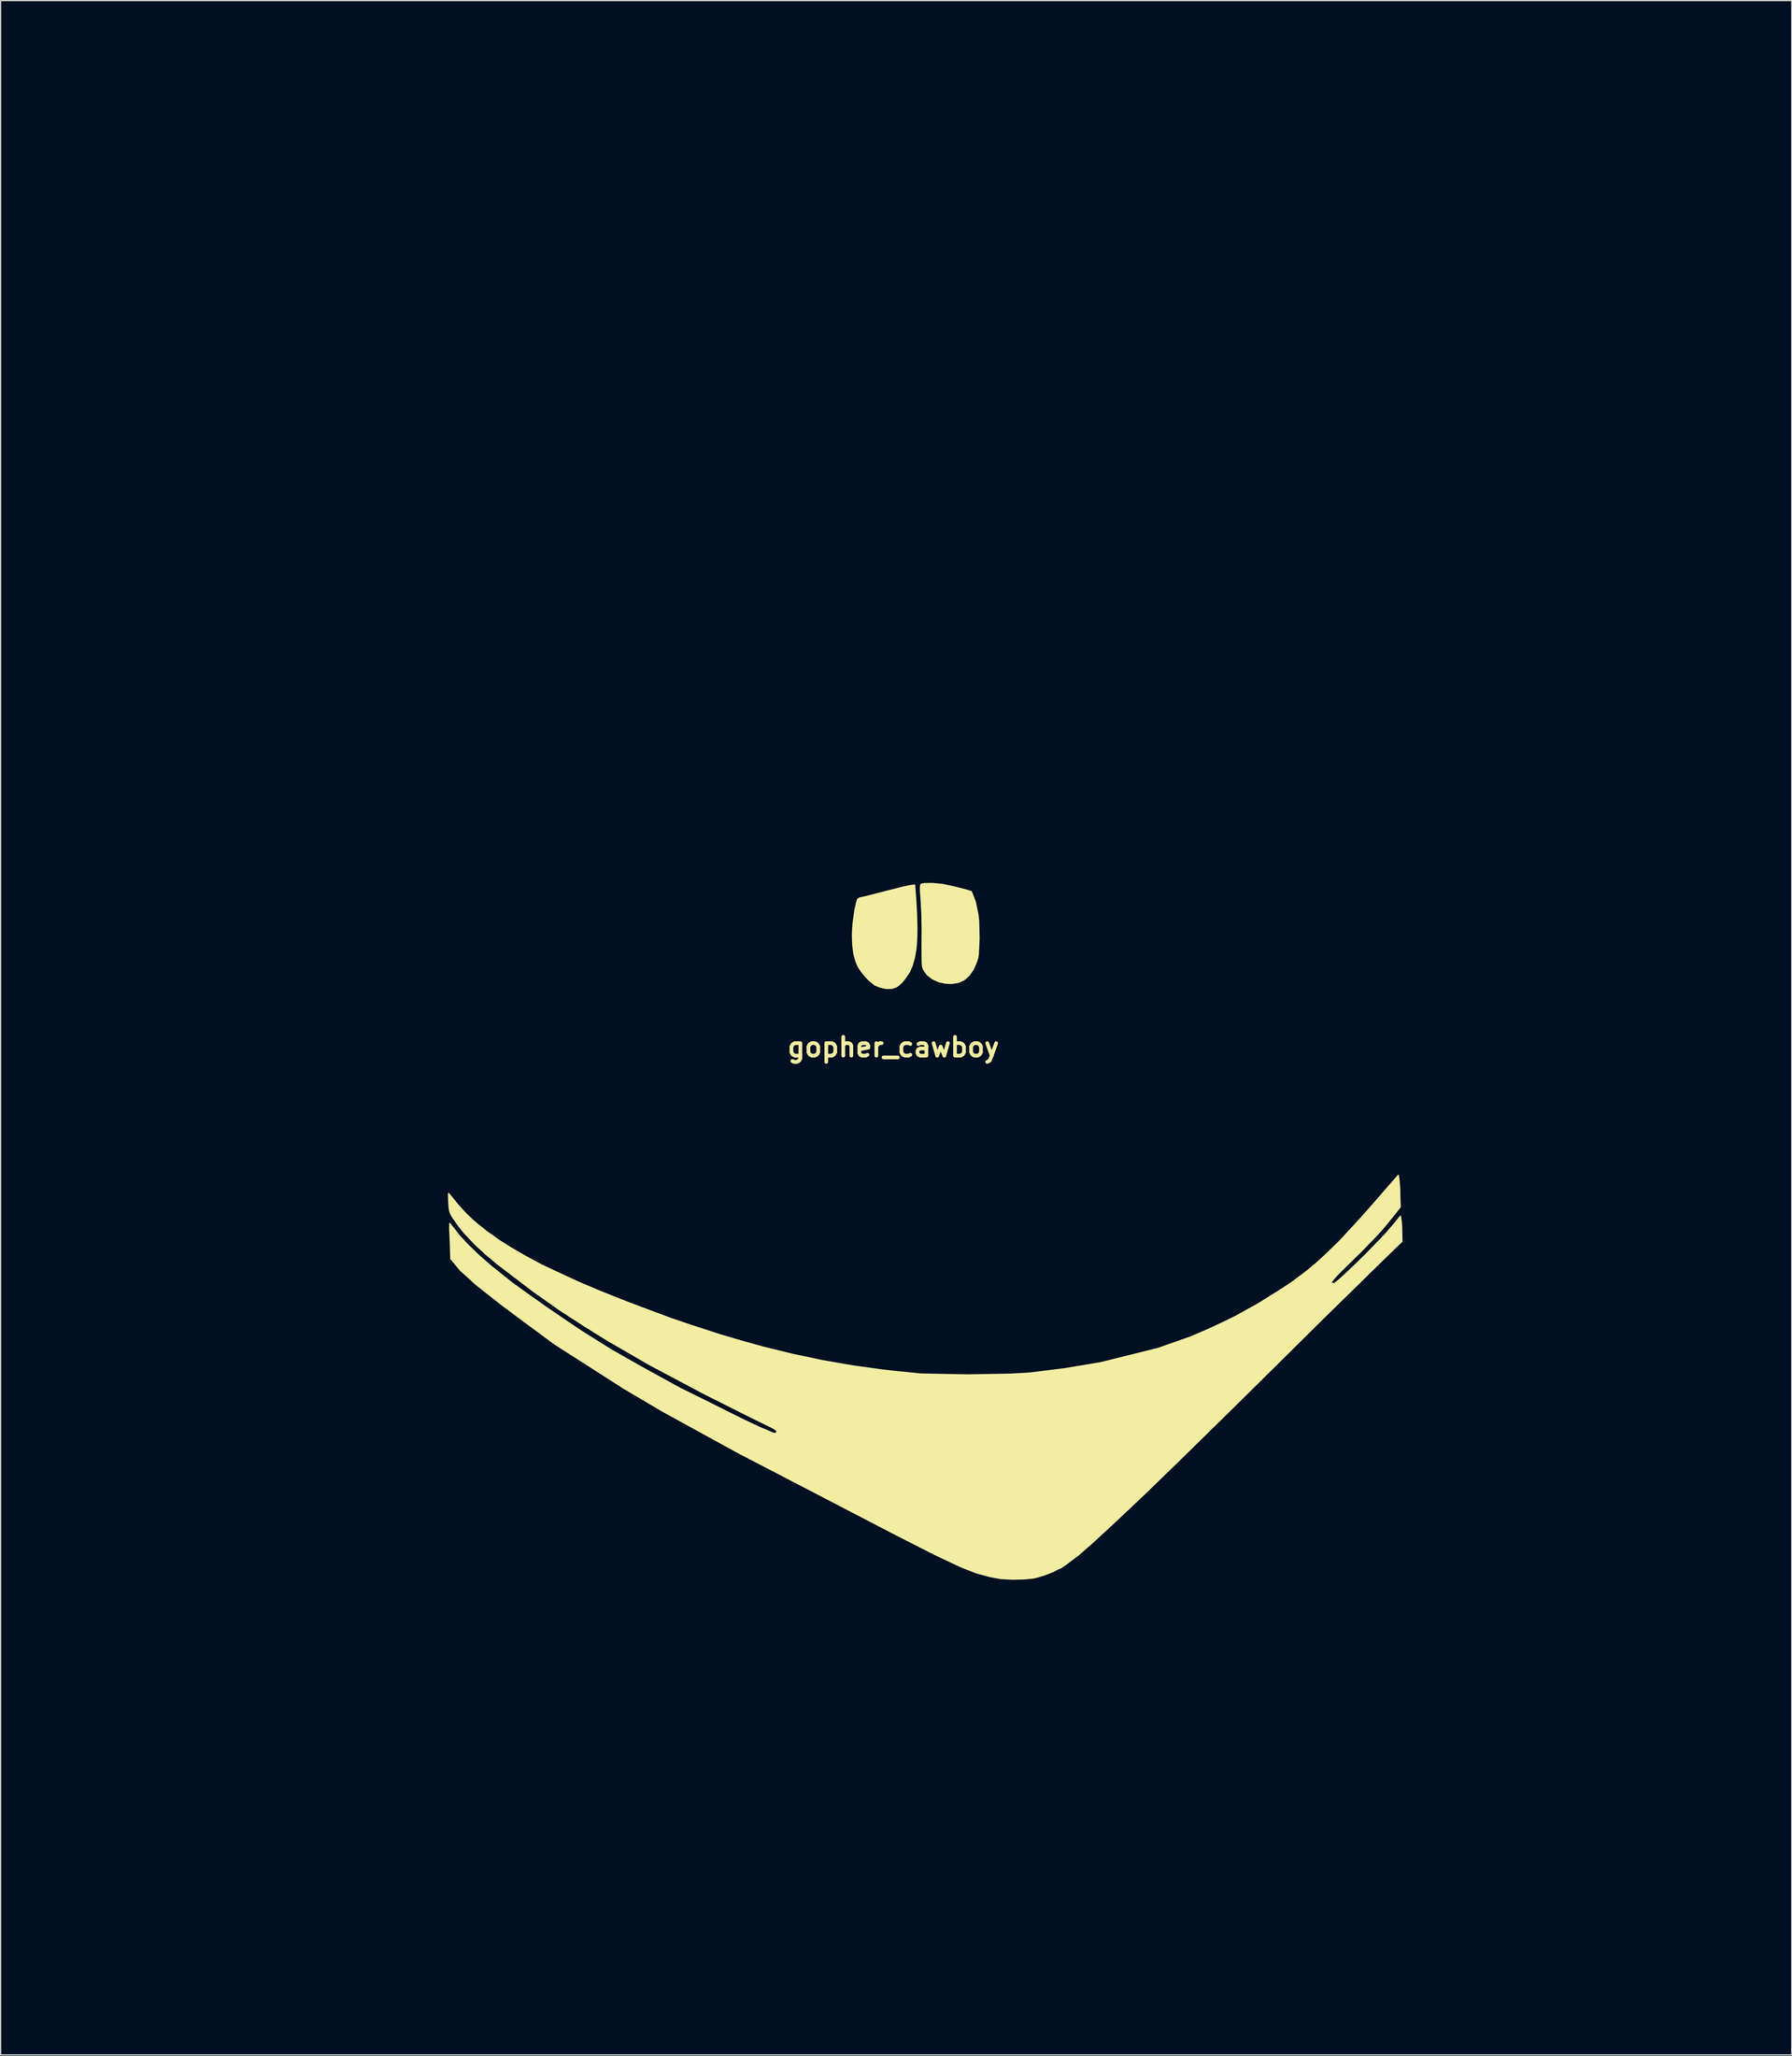
<source format=kicad_pcb>
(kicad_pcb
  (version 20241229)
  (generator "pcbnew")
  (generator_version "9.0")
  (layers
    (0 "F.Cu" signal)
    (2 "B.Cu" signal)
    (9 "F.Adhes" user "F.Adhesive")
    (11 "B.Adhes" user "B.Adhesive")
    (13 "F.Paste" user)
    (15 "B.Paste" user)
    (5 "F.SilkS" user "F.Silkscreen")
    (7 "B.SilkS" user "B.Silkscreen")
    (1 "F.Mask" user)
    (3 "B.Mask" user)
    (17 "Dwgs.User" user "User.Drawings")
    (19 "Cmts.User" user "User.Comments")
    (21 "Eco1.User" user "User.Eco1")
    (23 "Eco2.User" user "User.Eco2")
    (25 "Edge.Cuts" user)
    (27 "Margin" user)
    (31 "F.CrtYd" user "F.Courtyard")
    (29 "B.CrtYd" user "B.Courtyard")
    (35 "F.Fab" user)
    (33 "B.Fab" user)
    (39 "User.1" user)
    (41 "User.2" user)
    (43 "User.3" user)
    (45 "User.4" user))
  (footprint "gopher_cawboy"
    (layer "F.Cu")
    (at 69.468 81.925)
    (property "Reference" "gopher_cawboy" (at 0 0 0) (layer "F.SilkS") (effects (font (size 1.524 1.524) (thickness 0.3))))
    (attr through_hole)
    (fp_poly (pts (xy 42.02 11.79) (xy 42.42 11.79) (xy 42.76 11.8) (xy 43.76 11.92) (xy 45.01 12.13) (xy 45.43 12.23) (xy 46.48 12.56) (xy 47.42 12.98) (xy 48.24 13.5) (xy 48.93 14.11) (xy 49.52 14.82) (xy 50.01 15.65) (xy 50.15 15.93) (xy 50.36 16.61) (xy 50.47 17.32) (xy 50.47 18.01) (xy 50.35 18.65) (xy 50.13 19.24) (xy 50.03 19.38) (xy 49.89 19.59) (xy 49.8 19.73) (xy 49.68 19.85) (xy 49.59 19.91) (xy 49.57 19.86) (xy 49.55 19.71) (xy 49.55 19.67) (xy 49.51 19.02) (xy 49.36 18.55) (xy 49.08 18.1) (xy 48.65 17.64) (xy 48.24 17.32) (xy 47.86 17.07) (xy 47.46 16.86) (xy 47.09 16.71) (xy 46.81 16.65) (xy 46.64 16.67) (xy 46.63 16.68) (xy 46.53 16.77) (xy 46.56 16.91) (xy 46.74 17.04) (xy 47.16 17.22) (xy 47.54 17.42) (xy 47.85 17.59) (xy 48.32 17.93) (xy 48.4 17.99) (xy 48.79 18.43) (xy 49.02 18.88) (xy 49.1 19.37) (xy 49.09 19.57) (xy 49.03 19.93) (xy 49.02 19.95) (xy 48.89 20.16) (xy 48.69 20.26) (xy 48.27 20.29) (xy 47.7 20.23) (xy 47.03 20.06) (xy 46.33 19.8) (xy 45.61 19.46) (xy 44.85 19.03) (xy 44.13 18.56) (xy 43.47 18.06) (xy 42.72 17.41) (xy 42.26 17) (xy 42.15 14.93) (xy 42.05 13.11)) (stroke (width 0.1) (type solid)) (fill yes) (layer "F.Mask"))
    (fp_poly (pts (xy -36.98 13.4) (xy -36.92 14.64) (xy -36.89 15.43) (xy -36.88 16.13) (xy -36.87 17) (xy -36.86 18.07) (xy -37.24 18.44) (xy -37.45 18.64) (xy -37.64 18.81) (xy -38.09 19.15) (xy -38.57 19.48) (xy -39.67 20.16) (xy -40.26 20.49) (xy -40.72 20.72) (xy -41.2 20.94) (xy -41.58 21.07) (xy -42.04 21.16) (xy -42.46 21.17) (xy -42.86 21.07) (xy -43.24 20.88) (xy -43.37 20.79) (xy -43.65 20.5) (xy -43.8 20.19) (xy -43.81 19.86) (xy -43.79 19.79) (xy -43.67 19.55) (xy -43.43 19.25) (xy -43.13 18.95) (xy -42.85 18.72) (xy -42.78 18.66) (xy -42.64 18.57) (xy -42.4 18.41) (xy -42.25 18.32) (xy -42.05 18.15) (xy -42.01 18.02) (xy -42.13 17.92) (xy -42.23 17.9) (xy -42.48 17.96) (xy -42.69 18.07) (xy -42.78 18.12) (xy -43.03 18.3) (xy -43.1 18.35) (xy -43.4 18.63) (xy -43.58 18.84) (xy -43.67 18.94) (xy -43.88 19.25) (xy -44.01 19.56) (xy -44.05 19.69) (xy -44.11 19.78) (xy -44.17 19.78) (xy -44.31 19.71) (xy -44.52 19.55) (xy -44.73 19.35) (xy -44.91 19.16) (xy -45.01 19) (xy -45.1 18.8) (xy -45.17 18.33) (xy -45.09 17.86) (xy -44.84 17.34) (xy -44.44 16.74) (xy -43.93 16.21) (xy -43.5 15.8) (xy -42.7 15.16) (xy -41.73 14.54) (xy -40.74 14.05) (xy -39.71 13.7) (xy -38.67 13.47) (xy -37.67 13.4)) (stroke (width 0.1) (type solid)) (fill yes) (layer "F.Mask"))
    (fp_poly (pts (xy 6.49 -20.46) (xy 6.7 -20.39) (xy 7.55 -19.99) (xy 8.16 -19.68) (xy 9.08 -19.09) (xy 9.89 -18.46) (xy 10.47 -17.86) (xy 10.99 -17.14) (xy 11.32 -16.41) (xy 11.48 -15.7) (xy 11.49 -14.91) (xy 11.38 -14.27) (xy 11.16 -13.78) (xy 10.88 -13.38) (xy 10.48 -13.04) (xy 9.96 -12.82) (xy 9.52 -12.71) (xy 9.27 -12.69) (xy 9.03 -12.68) (xy 8.5 -12.7) (xy 7.83 -12.76) (xy 6.88 -12.92) (xy 6.38 -13.02) (xy 5.83 -13.14) (xy 4.62 -13.43) (xy 4.25 -13.5) (xy 3.32 -13.66) (xy 2.39 -13.71) (xy 1.57 -13.65) (xy 1.13 -13.56) (xy 0 -13.27) (xy -0.78 -13.05) (xy -1.82 -12.77) (xy -2.77 -12.54) (xy -3.17 -12.49) (xy -3.65 -12.46) (xy -4.37 -12.45) (xy -4.67 -12.45) (xy -5.13 -12.47) (xy -5.48 -12.52) (xy -6.04 -12.66) (xy -6.69 -12.9) (xy -7.22 -13.22) (xy -7.69 -13.64) (xy -7.97 -13.99) (xy -8.26 -14.49) (xy -8.39 -14.99) (xy -8.39 -15.51) (xy -8.24 -16.08) (xy -7.96 -16.65) (xy -7.51 -17.28) (xy -6.91 -17.96) (xy -6.13 -18.7) (xy -5.47 -19.25) (xy -5.09 -19.54) (xy -4.84 -19.72) (xy -4.45 -19.95) (xy -4.07 -20.1) (xy -3.61 -20.19) (xy -3.39 -20.2) (xy -3.22 -20.15) (xy -2.98 -19.98) (xy -2.46 -19.63) (xy -1.73 -19.28) (xy -0.86 -19) (xy 0.06 -18.81) (xy 1 -18.72) (xy 2.01 -18.72) (xy 2.96 -18.83) (xy 3.9 -19.02) (xy 4.33 -19.16) (xy 4.7 -19.32) (xy 4.87 -19.39) (xy 5.36 -19.63) (xy 5.8 -19.9) (xy 6.11 -20.15) (xy 6.26 -20.3) (xy 6.4 -20.41)) (stroke (width 0.1) (type solid)) (fill yes) (layer "F.Mask"))
    (fp_poly (pts (xy 31.95 67.71) (xy 32.82 67.72) (xy 33.69 67.89) (xy 34.54 68.22) (xy 35.34 68.69) (xy 36.1 69.31) (xy 36.74 69.99) (xy 37.35 70.84) (xy 37.86 71.73) (xy 38.26 72.7) (xy 38.53 73.67) (xy 38.67 74.62) (xy 38.68 74.96) (xy 38.64 75.69) (xy 38.47 76.31) (xy 38.19 76.86) (xy 37.78 77.35) (xy 37.38 77.75) (xy 37.32 77.44) (xy 37.29 77.3) (xy 37.27 77.21) (xy 37.17 76.73) (xy 36.96 75.96) (xy 36.69 75.25) (xy 36.39 74.65) (xy 36.06 74.1) (xy 35.74 73.62) (xy 35.58 73.41) (xy 35.41 73.18) (xy 35.17 72.9) (xy 34.99 72.7) (xy 34.87 72.57) (xy 34.66 72.39) (xy 34.51 72.32) (xy 34.5 72.32) (xy 34.37 72.36) (xy 34.36 72.51) (xy 34.48 72.74) (xy 34.6 72.89) (xy 34.69 73) (xy 34.88 73.24) (xy 34.93 73.31) (xy 35.02 73.42) (xy 35.19 73.64) (xy 35.42 73.93) (xy 35.61 74.24) (xy 35.75 74.46) (xy 35.97 74.82) (xy 36.08 75.05) (xy 36.18 75.26) (xy 36.4 75.73) (xy 36.7 76.65) (xy 36.8 77.2) (xy 36.86 77.51) (xy 36.9 77.95) (xy 36.59 78.03) (xy 36.23 78.09) (xy 35.79 78.11) (xy 35.31 78.11) (xy 34.83 78.07) (xy 34.44 78) (xy 34.23 77.94) (xy 33.83 77.79) (xy 33.47 77.62) (xy 33.06 77.38) (xy 32.55 77.02) (xy 32.02 76.59) (xy 31.1 75.73) (xy 30.43 75.05) (xy 29.95 74.54) (xy 29.46 74.04) (xy 28.98 73.54) (xy 28.53 73.1) (xy 28.19 72.77) (xy 27.85 72.48) (xy 27.49 72.21) (xy 27.25 72.02) (xy 27 71.78) (xy 26.85 71.54) (xy 26.8 71.32) (xy 26.85 71.06) (xy 26.98 70.75) (xy 27.14 70.5) (xy 27.46 70.11) (xy 28.14 69.49) (xy 28.87 68.93) (xy 29.6 68.46) (xy 29.96 68.27) (xy 30.45 68.05) (xy 31.09 67.85)) (stroke (width 0.1) (type solid)) (fill yes) (layer "F.Mask"))
    (fp_poly (pts (xy -26.66 68.56) (xy -26.42 68.55) (xy -25.77 68.59) (xy -25.45 68.64) (xy -25.16 68.73) (xy -24.7 68.95) (xy -24.24 69.23) (xy -23.84 69.52) (xy -23.27 70.03) (xy -22.97 70.32) (xy -22.47 70.86) (xy -21.81 71.56) (xy -21.34 72.06) (xy -20.93 72.48) (xy -20.79 72.62) (xy -20.58 72.83) (xy -20.31 73.04) (xy -20.68 73.19) (xy -21.31 73.45) (xy -21.52 73.54) (xy -21.77 73.65) (xy -22.1 73.83) (xy -22.27 73.93) (xy -22.41 74.02) (xy -22.6 74.13) (xy -22.82 74.27) (xy -22.98 74.38) (xy -23.38 74.65) (xy -23.81 74.95) (xy -24.21 75.24) (xy -24.4 75.38) (xy -24.76 75.65) (xy -25.28 76.03) (xy -25.7 76.34) (xy -25.99 76.56) (xy -26.34 76.81) (xy -26.79 77.14) (xy -27.2 77.41) (xy -27.57 77.62) (xy -28.02 77.84) (xy -28.59 78.1) (xy -28.96 78.22) (xy -29.42 78.33) (xy -30.13 78.38) (xy -30.85 78.3) (xy -31.52 78.07) (xy -31.99 77.86) (xy -32.07 76.94) (xy -32.05 76.26) (xy -31.93 75.68) (xy -31.7 75.14) (xy -31.34 74.61) (xy -30.93 74.17) (xy -30.63 73.87) (xy -30.34 73.63) (xy -30.02 73.38) (xy -29.95 73.32) (xy -29.71 73.16) (xy -29.35 72.93) (xy -29.23 72.81) (xy -29.2 72.69) (xy -29.23 72.59) (xy -29.32 72.52) (xy -29.33 72.52) (xy -29.49 72.54) (xy -29.76 72.67) (xy -30.11 72.89) (xy -30.34 73.06) (xy -30.87 73.45) (xy -31.26 73.85) (xy -31.51 74.09) (xy -31.75 74.43) (xy -31.95 74.71) (xy -32.01 74.79) (xy -32.35 75.51) (xy -32.46 75.9) (xy -32.51 76.29) (xy -32.52 76.67) (xy -32.53 77.32) (xy -32.53 77.5) (xy -32.61 77.41) (xy -32.83 77.15) (xy -32.92 77.04) (xy -33.11 76.8) (xy -33.26 76.52) (xy -33.36 76.2) (xy -33.4 75.83) (xy -33.41 75.3) (xy -33.4 74.85) (xy -33.36 74.49) (xy -33.27 74.15) (xy -33.11 73.79) (xy -32.91 73.42) (xy -32.62 72.96) (xy -32.42 72.67) (xy -31.91 72.07) (xy -31.43 71.61) (xy -31.22 71.4) (xy -30.76 71.02) (xy -30.46 70.76) (xy -29.75 70.28) (xy -29.52 70.09) (xy -28.79 69.65) (xy -28.51 69.47) (xy -27.72 69.03) (xy -27.07 68.68) (xy -26.85 68.59)) (stroke (width 0.1) (type solid)) (fill yes) (layer "F.Mask"))
    (fp_poly (pts (xy -48.23 -52.11) (xy -44.83 -53.84) (xy -41.06 -55.56) (xy -37.13 -57.13) (xy -32.23 -58.87) (xy -24.98 -61.12) (xy -19.8 -62.44) (xy -15.29 -63.41) (xy -12.73 -63.89) (xy -8.21 -64.6) (xy -2.13 -65.33) (xy 5.09 -65.98) (xy 11.18 -66.36) (xy 15.11 -66.46) (xy 20.5 -66.44) (xy 24.75 -66.38) (xy 27.91 -66.18) (xy 32.74 -65.69) (xy 36.01 -65.21) (xy 37.9 -64.9) (xy 40.48 -64.38) (xy 42.91 -63.81) (xy 45.02 -63.19) (xy 46.85 -62.61) (xy 49.28 -61.72) (xy 51.89 -60.5) (xy 53.18 -59.8) (xy 53.88 -59.37) (xy 55.04 -58.52) (xy 56.07 -57.62) (xy 56.93 -56.77) (xy 57.68 -55.95) (xy 58.19 -55.4) (xy 59.08 -54.27) (xy 59.8 -53.31) (xy 60.17 -52.8) (xy 60.66 -52.1) (xy 60.92 -51.7) (xy 60.78 -51.77) (xy 59.83 -52.32) (xy 59.09 -52.74) (xy 57.99 -53.34) (xy 56.27 -54.2) (xy 54.51 -55) (xy 53.08 -55.6) (xy 51.24 -56.33) (xy 49.84 -56.84) (xy 47.56 -57.59) (xy 46.69 -57.86) (xy 45.2 -58.29) (xy 43.42 -58.74) (xy 41.01 -59.29) (xy 38.67 -59.76) (xy 37.72 -59.93) (xy 36 -60.23) (xy 33.17 -60.66) (xy 30.01 -61.04) (xy 25.07 -61.52) (xy 22.11 -61.7) (xy 19.04 -61.85) (xy 17.01 -61.9) (xy 15.34 -61.93) (xy 13.25 -61.95) (xy 10.7 -61.92) (xy 8.45 -61.85) (xy 4.34 -61.63) (xy 2.07 -61.48) (xy -3.13 -60.97) (xy -6.09 -60.6) (xy -10.45 -59.98) (xy -13.64 -59.45) (xy -17.17 -58.79) (xy -18.93 -58.42) (xy -21.59 -57.87) (xy -23.27 -57.47) (xy -26.33 -56.76) (xy -29.01 -56.05) (xy -32.22 -55.16) (xy -35.49 -54.18) (xy -37.85 -53.42) (xy -39.19 -52.96) (xy -43.8 -51.27) (xy -46.16 -50.3) (xy -48.73 -49.17) (xy -50.36 -48.42) (xy -51.79 -47.71) (xy -53.33 -46.92) (xy -54.65 -46.22) (xy -55.53 -45.72) (xy -56.6 -45.11) (xy -57.94 -44.29) (xy -58.69 -43.83) (xy -59.66 -43.17) (xy -61.39 -41.94) (xy -62.17 -41.33) (xy -63.18 -40.51) (xy -63.78 -39.99) (xy -64.26 -39.6) (xy -64.15 -39.75) (xy -63.83 -40.12) (xy -62.92 -41.15) (xy -61.95 -42.16) (xy -60.98 -43.14) (xy -59.43 -44.59) (xy -57.38 -46.26) (xy -55.6 -47.61) (xy -54.22 -48.53) (xy -53.32 -49.14) (xy -50.41 -50.93) (xy -49 -51.7)) (stroke (width 0.1) (type solid)) (fill yes) (layer "F.Mask"))
    (fp_poly (pts (xy 41.16 13.72) (xy 41.18 13.84) (xy 41.2 13.99) (xy 41.22 14.11) (xy 41.24 14.31) (xy 41.26 14.66) (xy 41.27 15.1) (xy 41.28 15.77) (xy 40.74 16.28) (xy 39.19 17.79) (xy 36.59 20.34) (xy 34.93 21.96) (xy 33.34 23.54) (xy 27.33 29.48) (xy 23.28 33.45) (xy 20.26 36.38) (xy 17.55 38.93) (xy 16.19 40.18) (xy 15.04 41.19) (xy 14.01 41.97) (xy 13.48 42.31) (xy 10.84 42) (xy 13.89 40.08) (xy 22.04 33.23) (xy 34.65 20.65) (xy 35.38 20.01) (xy 35.86 19.14) (xy 36.04 19) (xy 36.3 18.78) (xy 36.63 18.48) (xy 37.64 17.52) (xy 38.49 16.68) (xy 39.66 15.47) (xy 40 15.11) (xy 40.61 14.4) (xy 41.01 13.91)) (stroke (width 0.1) (type solid)) (fill yes) (layer "F.SilkS"))
    (fp_poly (pts (xy -2.92 -11.95) (xy -2.84 -12.05) (xy -2.7 -12.11) (xy -2.24 -12.21) (xy -0.29 -12.71) (xy 0.74 -12.97) (xy 1.33 -13.1) (xy 1.73 -13.15) (xy 1.77 -12.58) (xy 1.83 -11.73) (xy 1.88 -10.77) (xy 1.91 -9.74) (xy 1.9 -9.01) (xy 1.87 -8.37) (xy 1.82 -7.89) (xy 1.7 -7.23) (xy 1.53 -6.63) (xy 1.31 -6.12) (xy 0.99 -5.64) (xy 0.74 -5.32) (xy 0.48 -5.07) (xy 0.26 -4.9) (xy -0.09 -4.78) (xy -0.54 -4.76) (xy -1.04 -4.86) (xy -1.5 -5.05) (xy -1.98 -5.44) (xy -2.32 -5.8) (xy -2.6 -6.15) (xy -2.86 -6.55) (xy -3.04 -6.98) (xy -3.2 -7.56) (xy -3.29 -8.24) (xy -3.32 -9.05) (xy -3.31 -9.39) (xy -3.27 -10.01) (xy -3.13 -11.04) (xy -3 -11.65)) (stroke (width 0.1) (type solid)) (fill yes) (layer "F.SilkS"))
    (fp_poly (pts (xy 2.27 -13.22) (xy 2.51 -13.27) (xy 3.19 -13.28) (xy 4.01 -13.2) (xy 5.01 -12.98) (xy 5.91 -12.75) (xy 6.32 -12.62) (xy 6.48 -12.25) (xy 6.65 -11.78) (xy 6.86 -10.78) (xy 6.92 -10.26) (xy 6.95 -8.88) (xy 6.93 -8.23) (xy 6.89 -7.53) (xy 6.85 -7.25) (xy 6.73 -6.87) (xy 6.46 -6.28) (xy 6.14 -5.82) (xy 5.74 -5.47) (xy 5.3 -5.26) (xy 4.74 -5.17) (xy 4.2 -5.2) (xy 3.65 -5.32) (xy 3.18 -5.55) (xy 2.77 -5.86) (xy 2.48 -6.25) (xy 2.42 -6.39) (xy 2.38 -6.51) (xy 2.36 -6.66) (xy 2.34 -6.9) (xy 2.33 -8.12) (xy 2.34 -9.5) (xy 2.32 -10.8) (xy 2.25 -12.07) (xy 2.21 -12.59) (xy 2.2 -12.91) (xy 2.21 -13.07) (xy 2.23 -13.18)) (stroke (width 0.1) (type solid)) (fill yes) (layer "F.SilkS"))
    (fp_poly (pts (xy -35.92 17.17) (xy -35.96 15.87) (xy -36.01 14.78) (xy -36.01 14.32) (xy -35.82 14.55) (xy -35.26 15.27) (xy -34.64 15.95) (xy -33.67 16.89) (xy -32.66 17.77) (xy -31 19.1) (xy -29.71 20.03) (xy -28.3 21.03) (xy -26.81 22.05) (xy -25.36 23.03) (xy -22.97 24.53) (xy -20.67 25.84) (xy -17.33 27.68) (xy -15.32 28.67) (xy -13.34 29.66) (xy -12.07 30.29) (xy -10.81 30.88) (xy -9.87 31.28) (xy -9.71 31.34) (xy -9.61 31.36) (xy -9.52 31.32) (xy -9.46 31.23) (xy -4.71 35.22) (xy 0.87 38) (xy 10.01 41.89) (xy 13.53 42.25) (xy 13 42.54) (xy 12.23 42.84) (xy 11.65 43.01) (xy 11.33 43.08) (xy 10.61 43.15) (xy 9.68 43.17) (xy 8.71 43.12) (xy 7.85 42.96) (xy 6.71 42.65) (xy 5.45 42.15) (xy 3.29 41.13) (xy -0.12 39.39) (xy -12.635 32.885) (xy -18.705 29.555) (xy -21.91 27.66) (xy -27.525 24.065) (xy -31.695 20.975) (xy -33.87 19.26) (xy -35.16 18.09)) (stroke (width 0.1) (type solid)) (fill yes) (layer "F.SilkS"))
    (fp_poly (pts (xy -36.1 11.88) (xy -36.01 11.98) (xy -35.34 12.81) (xy -35.03 13.15) (xy -34.64 13.57) (xy -34.17 14.01) (xy -33.88 14.27) (xy -33.06 14.93) (xy -32.04 15.66) (xy -31.09 16.26) (xy -29.87 16.97) (xy -28.53 17.69) (xy -27.36 18.24) (xy -25.56 19.07) (xy -24.04 19.72) (xy -22.92 20.17) (xy -21.61 20.69) (xy -18.09 22.01) (xy -16.47 22.56) (xy -14.11 23.33) (xy -12.17 23.9) (xy -10.55 24.35) (xy -8.91 24.75) (xy -8.09 24.95) (xy -7.16 25.14) (xy -5.78 25.44) (xy -3.28 25.87) (xy -1.05 26.18) (xy 0.16 26.32) (xy 2.24 26.53) (xy 6.03 26.6) (xy 9.53 26.54) (xy 11.09 26.45) (xy 13.89 26.1) (xy 16.83 25.61) (xy 21.49 24.45) (xy 24.16 23.51) (xy 25.62 22.88) (xy 26.71 22.37) (xy 27.74 21.87) (xy 29.15 21.09) (xy 29.65 20.81) (xy 30.48 20.29) (xy 31.55 19.62) (xy 32.44 19.02) (xy 33.49 18.24) (xy 34.41 17.47) (xy 35.02 16.91) (xy 36.2 15.77) (xy 37.47 14.4) (xy 38.58 13.17) (xy 39.93 11.62) (xy 40.99 10.4) (xy 41.04 10.74) (xy 41.1 11.47) (xy 41.11 12.11) (xy 41.14 12.97) (xy 40.72 13.51) (xy 39.71 14.74) (xy 39.21 15.29) (xy 38.04 16.5) (xy 36.48 18.03) (xy 35.94 18.58) (xy 35.61 18.96) (xy 35.51 19.16) (xy 35.8 19.19) (xy 35.35 19.98) (xy 22.91 32.82) (xy 12.7 41.07) (xy 10.24 42.22) (xy 6.3 41.2) (xy -0.82 37.77) (xy -0.99 37.6) (xy -8.14 33.57) (xy -9.11 32.15) (xy -9.45 31.14) (xy -9.64 30.98) (xy -9.91 30.83) (xy -10.12 30.73) (xy -11.53 30.04) (xy -15.41 28.09) (xy -19.85 25.73) (xy -22.35 24.28) (xy -23.12 23.84) (xy -25.08 22.62) (xy -27.13 21.29) (xy -29.17 19.85) (xy -32.15 17.58) (xy -33.09 16.79) (xy -33.91 16.04) (xy -34.81 15.09) (xy -35.24 14.56) (xy -35.69 13.92) (xy -35.86 13.66) (xy -35.96 13.46) (xy -36.02 13.26) (xy -36.06 12.99) (xy -36.09 12.51) (xy -36.11 11.93)) (stroke (width 0.1) (type solid)) (fill yes) (layer "F.SilkS"))
    (fp_circle (center -20.614 -31.39) (end -17.024 -29.38) (stroke (width 0.12) (type solid)) (fill no) (layer "F.Paste"))
    (fp_circle (center 10.47 -32.304) (end 14.06 -30.294) (stroke (width 0.12) (type solid)) (fill no) (layer "F.Paste"))
    (fp_poly (pts (xy 37.105 54.412) (xy 37.342 54.606) (xy 37.568 54.912) (xy 37.696 55.155) (xy 37.726 55.32) (xy 37.663 55.454) (xy 37.61 55.511) (xy 37.43 55.618) (xy 37.193 55.608) (xy 37.013 55.548) (xy 36.725 55.387) (xy 36.571 55.17) (xy 36.535 54.929) (xy 36.887 54.879) (xy 36.853 55.061) (xy 37.026 55.228) (xy 37.242 55.261) (xy 37.258 54.999) (xy 37.12 54.867) (xy 36.98 54.813) (xy 36.91 54.85) (xy 36.89 54.9) (xy 36.535 54.929) (xy 36.528 54.876) (xy 36.574 54.572) (xy 36.7 54.394) (xy 36.884 54.341) (xy 37.105 54.412)) (stroke (width 0.01) (type solid)) (fill yes) (layer "F.Paste"))
    (fp_poly (pts (xy -10.573 56.87) (xy -10.356 57.011) (xy -10.209 57.271) (xy -10.16 57.605) (xy -10.221 57.884) (xy -10.388 58.062) (xy -10.632 58.131) (xy -10.928 58.083) (xy -11.229 57.923) (xy -11.437 57.757) (xy -11.514 57.614) (xy -11.489 57.519) (xy -11 57.47) (xy -10.97 57.67) (xy -10.8 57.76) (xy -10.73 57.77) (xy -10.569 57.704) (xy -10.511 57.556) (xy -10.58 57.343) (xy -10.68 57.24) (xy -10.853 57.247) (xy -10.909 57.339) (xy -10.991 57.501) (xy -11.489 57.519) (xy -11.47 57.444) (xy -11.347 57.244) (xy -11.097 56.977) (xy -10.83 56.855) (xy -10.573 56.87)) (stroke (width 0.01) (type solid)) (fill yes) (layer "F.Paste"))
    (fp_poly (pts (xy -31.8 53.732) (xy -31.533 53.932) (xy -31.409 54.207) (xy -31.428 54.551) (xy -31.444 54.607) (xy -31.6 54.925) (xy -31.826 55.103) (xy -32.1 55.134) (xy -32.402 55.013) (xy -32.51 54.934) (xy -32.725 54.748) (xy -32.841 54.61) (xy -32.889 54.47) (xy -32.898 54.305) (xy -32.889 54.264) (xy -32.49 54.25) (xy -32.49 54.399) (xy -32.41 54.54) (xy -32.187 54.693) (xy -32.081 54.742) (xy -31.972 54.677) (xy -31.948 54.654) (xy -31.849 54.47) (xy -31.872 54.282) (xy -31.984 54.133) (xy -32.158 54.065) (xy -32.335 54.106) (xy -32.456 54.183) (xy -32.49 54.25) (xy -32.889 54.264) (xy -32.831 53.999) (xy -32.65 53.777) (xy -32.384 53.654) (xy -32.064 53.647) (xy -31.8 53.732)) (stroke (width 0.01) (type solid)) (fill yes) (layer "F.Paste"))
    (fp_poly (pts (xy -2.39 -75.457) (xy -2.33 -75.397) (xy -2.309 -75.353) (xy -2.339 -75.218) (xy -2.495 -75.03) (xy -2.56 -74.97) (xy -2.698 -74.843) (xy -2.933 -74.622) (xy -3.245 -74.325) (xy -3.616 -73.971) (xy -4.025 -73.578) (xy -4.392 -73.224) (xy -5.093 -72.551) (xy -5.699 -71.982) (xy -6.225 -71.505) (xy -6.687 -71.106) (xy -7.101 -70.773) (xy -7.483 -70.494) (xy -7.849 -70.256) (xy -8.214 -70.047) (xy -8.594 -69.853) (xy -8.647 -69.827) (xy -9.564 -69.463) (xy -10.512 -69.235) (xy -11.513 -69.14) (xy -12.586 -69.176) (xy -12.995 -69.22) (xy -13.462 -69.294) (xy -13.974 -69.395) (xy -14.446 -69.508) (xy -14.608 -69.554) (xy -15.017 -69.662) (xy -15.447 -69.753) (xy -15.825 -69.814) (xy -15.925 -69.824) (xy -16.224 -69.854) (xy -16.394 -69.89) (xy -16.472 -69.946) (xy -16.49 -70.031) (xy -16.472 -70.12) (xy -16.393 -70.172) (xy -16.22 -70.2) (xy -15.966 -70.215) (xy -15.323 -70.176) (xy -14.837 -70.071) (xy -14.03 -69.874) (xy -13.24 -69.738) (xy -12.394 -69.652) (xy -12.015 -69.629) (xy -11.398 -69.612) (xy -10.831 -69.633) (xy -10.298 -69.699) (xy -9.785 -69.819) (xy -9.277 -70.001) (xy -8.761 -70.25) (xy -8.221 -70.577) (xy -7.643 -70.988) (xy -7.014 -71.49) (xy -6.317 -72.092) (xy -5.54 -72.801) (xy -4.868 -73.433) (xy -4.267 -74.002) (xy -3.77 -74.465) (xy -3.367 -74.83) (xy -3.047 -75.105) (xy -2.8 -75.297) (xy -2.615 -75.414) (xy -2.482 -75.465) (xy -2.39 -75.457)) (stroke (width 0.01) (type solid)) (fill yes) (layer "F.Paste"))
    (fp_poly (pts (xy 17.386 -45.43) (xy 17.871 -45.422) (xy 18.258 -45.406) (xy 18.579 -45.379) (xy 18.866 -45.34) (xy 19.151 -45.287) (xy 19.286 -45.257) (xy 20.674 -44.869) (xy 21.992 -44.345) (xy 23.229 -43.69) (xy 24.376 -42.912) (xy 25.42 -42.015) (xy 26.278 -41.098) (xy 27.135 -39.955) (xy 27.849 -38.746) (xy 28.419 -37.481) (xy 28.841 -36.171) (xy 29.115 -34.827) (xy 29.238 -33.46) (xy 29.208 -32.081) (xy 29.023 -30.699) (xy 28.682 -29.328) (xy 28.502 -28.787) (xy 28.376 -28.469) (xy 28.199 -28.063) (xy 27.994 -27.625) (xy 27.807 -27.25) (xy 27.109 -26.065) (xy 26.284 -24.972) (xy 25.344 -23.979) (xy 24.299 -23.095) (xy 23.161 -22.329) (xy 21.941 -21.687) (xy 20.65 -21.18) (xy 19.299 -20.815) (xy 19.199 -20.794) (xy 18.747 -20.723) (xy 18.185 -20.666) (xy 17.555 -20.624) (xy 16.903 -20.599) (xy 16.272 -20.593) (xy 15.706 -20.607) (xy 15.25 -20.642) (xy 15.2 -20.649) (xy 13.793 -20.921) (xy 12.447 -21.339) (xy 11.169 -21.898) (xy 9.97 -22.589) (xy 8.857 -23.408) (xy 7.84 -24.348) (xy 6.927 -25.403) (xy 6.128 -26.567) (xy 5.695 -27.335) (xy 5.123 -28.61) (xy 4.703 -29.926) (xy 4.434 -31.273) (xy 4.317 -32.638) (xy 4.323 -32.873) (xy 4.864 -32.873) (xy 4.879 -32.154) (xy 4.921 -31.492) (xy 4.99 -30.928) (xy 5.029 -30.722) (xy 5.401 -29.348) (xy 5.904 -28.064) (xy 6.543 -26.857) (xy 7.326 -25.713) (xy 7.714 -25.231) (xy 8.619 -24.278) (xy 9.631 -23.436) (xy 10.735 -22.711) (xy 11.913 -22.11) (xy 13.151 -21.639) (xy 14.432 -21.305) (xy 15.74 -21.113) (xy 17.06 -21.07) (xy 17.965 -21.13) (xy 19.364 -21.359) (xy 20.698 -21.735) (xy 21.964 -22.257) (xy 23.158 -22.922) (xy 24.278 -23.73) (xy 25.279 -24.638) (xy 26.187 -25.668) (xy 26.969 -26.794) (xy 27.619 -28.01) (xy 28.134 -29.306) (xy 28.51 -30.676) (xy 28.52 -30.722) (xy 28.588 -31.16) (xy 28.636 -31.719) (xy 28.666 -32.357) (xy 28.675 -33.036) (xy 28.666 -33.716) (xy 28.637 -34.358) (xy 28.589 -34.922) (xy 28.521 -35.369) (xy 28.515 -35.399) (xy 28.144 -36.744) (xy 27.634 -38.022) (xy 26.992 -39.224) (xy 26.227 -40.339) (xy 25.347 -41.357) (xy 24.358 -42.268) (xy 23.269 -43.061) (xy 22.134 -43.705) (xy 21.41 -44.044) (xy 20.748 -44.31) (xy 20.083 -44.524) (xy 19.348 -44.71) (xy 19.11 -44.762) (xy 18.453 -44.868) (xy 17.69 -44.934) (xy 16.871 -44.959) (xy 16.045 -44.943) (xy 15.264 -44.888) (xy 14.577 -44.791) (xy 14.434 -44.762) (xy 13.619 -44.567) (xy 12.894 -44.344) (xy 12.186 -44.069) (xy 11.49 -43.749) (xy 10.424 -43.16) (xy 9.44 -42.465) (xy 8.502 -41.64) (xy 8.346 -41.485) (xy 7.415 -40.448) (xy 6.627 -39.34) (xy 5.977 -38.153) (xy 5.462 -36.881) (xy 5.076 -35.517) (xy 5.066 -35.47) (xy 4.977 -34.946) (xy 4.913 -34.311) (xy 4.876 -33.606) (xy 4.864 -32.873) (xy 4.323 -32.873) (xy 4.352 -34.008) (xy 4.538 -35.37) (xy 4.877 -36.714) (xy 5.366 -38.025) (xy 5.693 -38.715) (xy 6.41 -39.943) (xy 7.245 -41.065) (xy 8.193 -42.076) (xy 9.246 -42.97) (xy 10.398 -43.742) (xy 11.642 -44.387) (xy 12.972 -44.9) (xy 14.071 -45.206) (xy 14.406 -45.282) (xy 14.693 -45.339) (xy 14.965 -45.38) (xy 15.255 -45.407) (xy 15.597 -45.423) (xy 16.022 -45.43) (xy 16.565 -45.432) (xy 16.772 -45.433) (xy 17.386 -45.43)) (stroke (width 0.01) (type solid)) (fill yes) (layer "F.Paste"))
    (fp_poly (pts (xy -13.99 -44.139) (xy -13.378 -44.135) (xy -12.893 -44.125) (xy -12.504 -44.107) (xy -12.178 -44.078) (xy -11.882 -44.036) (xy -11.582 -43.978) (xy -11.503 -43.961) (xy -10.124 -43.585) (xy -8.844 -43.088) (xy -7.651 -42.461) (xy -6.531 -41.697) (xy -5.47 -40.789) (xy -5.197 -40.523) (xy -4.256 -39.482) (xy -3.459 -38.382) (xy -2.798 -37.211) (xy -2.268 -35.955) (xy -1.86 -34.601) (xy -1.757 -34.154) (xy -1.664 -33.582) (xy -1.601 -32.897) (xy -1.57 -32.143) (xy -1.569 -31.365) (xy -1.599 -30.608) (xy -1.659 -29.917) (xy -1.75 -29.337) (xy -1.757 -29.306) (xy -2.127 -27.918) (xy -2.619 -26.632) (xy -3.238 -25.434) (xy -3.992 -24.313) (xy -4.888 -23.255) (xy -5.197 -22.937) (xy -6.262 -21.977) (xy -7.392 -21.163) (xy -8.592 -20.494) (xy -9.871 -19.964) (xy -11.233 -19.57) (xy -11.49 -19.512) (xy -12.021 -19.425) (xy -12.659 -19.359) (xy -13.36 -19.316) (xy -14.077 -19.297) (xy -14.766 -19.305) (xy -15.381 -19.339) (xy -15.81 -19.39) (xy -17.21 -19.687) (xy -18.512 -20.107) (xy -19.727 -20.656) (xy -20.869 -21.341) (xy -21.951 -22.169) (xy -22.782 -22.938) (xy -23.729 -23.983) (xy -24.529 -25.083) (xy -25.191 -26.253) (xy -25.723 -27.506) (xy -26.13 -28.855) (xy -26.221 -29.243) (xy -26.283 -29.546) (xy -26.329 -29.836) (xy -26.361 -30.145) (xy -26.381 -30.507) (xy -26.392 -30.954) (xy -26.397 -31.518) (xy -26.397 -31.73) (xy -26.397 -31.783) (xy -25.924 -31.783) (xy -25.906 -31.015) (xy -25.855 -30.286) (xy -25.772 -29.645) (xy -25.731 -29.432) (xy -25.378 -28.087) (xy -24.909 -26.846) (xy -24.314 -25.691) (xy -23.584 -24.605) (xy -22.711 -23.572) (xy -22.582 -23.435) (xy -21.562 -22.486) (xy -20.457 -21.674) (xy -19.273 -21.001) (xy -18.013 -20.469) (xy -16.809 -20.112) (xy -16.382 -20.016) (xy -15.933 -19.928) (xy -15.535 -19.86) (xy -15.394 -19.84) (xy -14.837 -19.796) (xy -14.177 -19.785) (xy -13.466 -19.804) (xy -12.758 -19.852) (xy -12.107 -19.926) (xy -11.692 -19.997) (xy -10.369 -20.344) (xy -9.115 -20.828) (xy -7.94 -21.439) (xy -6.848 -22.166) (xy -5.849 -23) (xy -4.95 -23.932) (xy -4.157 -24.951) (xy -3.478 -26.048) (xy -2.921 -27.214) (xy -2.493 -28.437) (xy -2.201 -29.709) (xy -2.053 -31.02) (xy -2.056 -32.359) (xy -2.086 -32.754) (xy -2.293 -34.141) (xy -2.646 -35.467) (xy -3.137 -36.724) (xy -3.759 -37.905) (xy -4.504 -39.001) (xy -5.366 -40.004) (xy -6.337 -40.907) (xy -7.41 -41.701) (xy -8.578 -42.378) (xy -9.834 -42.93) (xy -11.171 -43.349) (xy -11.692 -43.471) (xy -12.287 -43.566) (xy -12.987 -43.63) (xy -13.743 -43.661) (xy -14.507 -43.66) (xy -15.229 -43.625) (xy -15.863 -43.556) (xy -16.087 -43.517) (xy -17.462 -43.169) (xy -18.783 -42.677) (xy -20.03 -42.05) (xy -20.721 -41.621) (xy -21.222 -41.251) (xy -21.774 -40.784) (xy -22.339 -40.257) (xy -22.877 -39.708) (xy -23.351 -39.173) (xy -23.592 -38.869) (xy -24.212 -37.934) (xy -24.764 -36.886) (xy -25.231 -35.765) (xy -25.596 -34.61) (xy -25.776 -33.826) (xy -25.86 -33.237) (xy -25.909 -32.54) (xy -25.924 -31.783) (xy -26.397 -31.783) (xy -26.394 -32.339) (xy -26.386 -32.82) (xy -26.369 -33.206) (xy -26.341 -33.528) (xy -26.3 -33.821) (xy -26.243 -34.116) (xy -26.221 -34.217) (xy -25.851 -35.583) (xy -25.365 -36.845) (xy -24.754 -38.02) (xy -24.009 -39.124) (xy -23.12 -40.173) (xy -22.782 -40.522) (xy -21.755 -41.456) (xy -20.679 -42.245) (xy -19.538 -42.899) (xy -18.313 -43.428) (xy -16.989 -43.841) (xy -16.47 -43.966) (xy -16.173 -44.028) (xy -15.89 -44.074) (xy -15.59 -44.105) (xy -15.24 -44.125) (xy -14.808 -44.136) (xy -14.261 -44.139) (xy -13.99 -44.139)) (stroke (width 0.01) (type solid)) (fill yes) (layer "F.Paste"))
    (fp_poly (pts (xy 14.252 52.207) (xy 14.949 52.282) (xy 15.569 52.421) (xy 16.127 52.625) (xy 16.391 52.754) (xy 16.941 53.13) (xy 17.373 53.613) (xy 17.69 54.204) (xy 17.891 54.905) (xy 17.978 55.719) (xy 17.982 55.955) (xy 17.913 56.762) (xy 17.706 57.489) (xy 17.361 58.135) (xy 16.877 58.701) (xy 16.254 59.186) (xy 15.491 59.592) (xy 14.589 59.918) (xy 13.546 60.165) (xy 12.883 60.271) (xy 12.529 60.313) (xy 12.054 60.361) (xy 11.493 60.41) (xy 10.887 60.459) (xy 10.274 60.504) (xy 10.053 60.519) (xy 9.457 60.558) (xy 8.865 60.6) (xy 8.311 60.641) (xy 7.832 60.678) (xy 7.464 60.709) (xy 7.352 60.72) (xy 6.91 60.755) (xy 6.365 60.785) (xy 5.748 60.808) (xy 5.092 60.826) (xy 4.43 60.836) (xy 3.793 60.839) (xy 3.215 60.835) (xy 2.727 60.822) (xy 2.363 60.8) (xy 2.315 60.795) (xy 1.445 60.664) (xy 0.718 60.468) (xy 0.13 60.203) (xy -0.325 59.867) (xy -0.651 59.458) (xy -0.842 59.008) (xy -1.005 58.266) (xy -1.017 58.163) (xy -0.564 58.163) (xy -0.542 58.365) (xy -0.486 58.608) (xy -0.411 58.849) (xy -0.332 59.041) (xy -0.263 59.141) (xy -0.239 59.144) (xy -0.142 59.125) (xy 0.094 59.096) (xy 0.449 59.057) (xy 0.902 59.012) (xy 1.431 58.962) (xy 2.015 58.91) (xy 2.115 58.901) (xy 4.075 58.721) (xy 5.875 58.533) (xy 7.516 58.336) (xy 8.998 58.131) (xy 10.324 57.916) (xy 11.494 57.692) (xy 12.51 57.458) (xy 13.371 57.215) (xy 14.08 56.962) (xy 14.637 56.698) (xy 15.043 56.425) (xy 15.24 56.224) (xy 15.381 55.999) (xy 15.406 55.807) (xy 15.307 55.634) (xy 15.073 55.466) (xy 14.693 55.286) (xy 14.555 55.23) (xy 14.351 55.156) (xy 14.158 55.104) (xy 13.94 55.07) (xy 13.663 55.05) (xy 13.291 55.042) (xy 12.821 55.04) (xy 12.424 55.043) (xy 12.058 55.056) (xy 11.705 55.083) (xy 11.348 55.127) (xy 10.969 55.193) (xy 10.551 55.285) (xy 10.076 55.406) (xy 9.526 55.56) (xy 8.884 55.752) (xy 8.132 55.986) (xy 7.253 56.265) (xy 6.803 56.41) (xy 5.738 56.749) (xy 4.809 57.037) (xy 4.001 57.279) (xy 3.296 57.477) (xy 2.679 57.636) (xy 2.135 57.76) (xy 1.647 57.851) (xy 1.199 57.915) (xy 0.775 57.954) (xy 0.36 57.972) (xy 0.141 57.975) (xy -0.197 57.978) (xy -0.405 57.99) (xy -0.515 58.02) (xy -0.557 58.077) (xy -0.564 58.163) (xy -1.017 58.163) (xy -1.1 57.445) (xy -1.123 56.629) (xy -0.62 56.629) (xy -0.597 57.029) (xy -0.541 57.596) (xy 0.435 57.55) (xy 0.93 57.519) (xy 1.415 57.468) (xy 1.911 57.393) (xy 2.438 57.29) (xy 3.015 57.154) (xy 3.663 56.979) (xy 4.4 56.763) (xy 5.247 56.498) (xy 6.225 56.182) (xy 6.29 56.16) (xy 7.591 55.743) (xy 8.758 55.392) (xy 9.801 55.106) (xy 10.731 54.883) (xy 11.561 54.722) (xy 12.302 54.623) (xy 12.964 54.583) (xy 13.56 54.601) (xy 14.1 54.675) (xy 14.596 54.806) (xy 15.06 54.99) (xy 15.261 55.09) (xy 15.523 55.233) (xy 15.675 55.341) (xy 15.75 55.454) (xy 15.78 55.614) (xy 15.789 55.742) (xy 15.76 56.12) (xy 15.61 56.449) (xy 15.324 56.754) (xy 15.049 56.958) (xy 14.467 57.282) (xy 13.726 57.588) (xy 12.829 57.875) (xy 11.776 58.142) (xy 10.57 58.391) (xy 9.211 58.62) (xy 7.702 58.828) (xy 6.043 59.017) (xy 4.237 59.185) (xy 2.661 59.306) (xy 1.933 59.357) (xy 1.351 59.4) (xy 0.899 59.436) (xy 0.563 59.467) (xy 0.326 59.495) (xy 0.174 59.522) (xy 0.092 59.551) (xy 0.064 59.583) (xy 0.075 59.621) (xy 0.098 59.651) (xy 0.249 59.767) (xy 0.511 59.908) (xy 0.84 60.053) (xy 1.192 60.182) (xy 1.379 60.239) (xy 1.951 60.368) (xy 2.596 60.459) (xy 3.329 60.511) (xy 4.161 60.526) (xy 5.106 60.502) (xy 6.176 60.441) (xy 7.385 60.342) (xy 7.943 60.288) (xy 8.601 60.225) (xy 9.304 60.162) (xy 10.004 60.103) (xy 10.653 60.051) (xy 11.206 60.011) (xy 11.37 60) (xy 12.499 59.908) (xy 13.484 59.778) (xy 14.337 59.606) (xy 15.071 59.387) (xy 15.698 59.119) (xy 16.232 58.797) (xy 16.685 58.416) (xy 16.806 58.292) (xy 17.113 57.92) (xy 17.325 57.552) (xy 17.456 57.148) (xy 17.521 56.665) (xy 17.534 56.162) (xy 17.476 55.34) (xy 17.307 54.632) (xy 17.024 54.035) (xy 16.623 53.543) (xy 16.101 53.151) (xy 15.455 52.852) (xy 15.28 52.794) (xy 15.011 52.719) (xy 14.747 52.668) (xy 14.445 52.638) (xy 14.063 52.623) (xy 13.587 52.62) (xy 13.114 52.626) (xy 12.69 52.643) (xy 12.276 52.675) (xy 11.837 52.727) (xy 11.335 52.803) (xy 10.734 52.906) (xy 10.321 52.981) (xy 9.921 53.05) (xy 9.418 53.13) (xy 8.872 53.212) (xy 8.34 53.287) (xy 8.225 53.302) (xy 7.807 53.36) (xy 7.393 53.422) (xy 6.961 53.492) (xy 6.494 53.575) (xy 5.973 53.672) (xy 5.379 53.789) (xy 4.692 53.928) (xy 3.895 54.093) (xy 2.967 54.288) (xy 2.5 54.387) (xy 1.744 54.55) (xy 1.132 54.691) (xy 0.647 54.815) (xy 0.273 54.928) (xy -0.006 55.034) (xy -0.204 55.139) (xy -0.34 55.249) (xy -0.427 55.369) (xy -0.435 55.384) (xy -0.541 55.704) (xy -0.604 56.134) (xy -0.62 56.629) (xy -1.123 56.629) (xy -1.123 56.61) (xy -1.071 55.831) (xy -1.044 55.647) (xy -0.948 55.199) (xy -0.823 54.886) (xy -0.656 54.688) (xy -0.508 54.603) (xy -0.355 54.557) (xy -0.067 54.483) (xy 0.335 54.386) (xy 0.829 54.272) (xy 1.394 54.144) (xy 2.006 54.009) (xy 2.643 53.87) (xy 3.285 53.732) (xy 3.909 53.601) (xy 4.492 53.481) (xy 5.013 53.377) (xy 5.362 53.31) (xy 5.943 53.208) (xy 6.605 53.099) (xy 7.272 52.998) (xy 7.869 52.914) (xy 7.943 52.905) (xy 8.511 52.828) (xy 9.145 52.737) (xy 9.774 52.642) (xy 10.326 52.553) (xy 10.405 52.54) (xy 11.555 52.363) (xy 12.569 52.248) (xy 13.464 52.196) (xy 14.252 52.207)) (stroke (width 0.01) (type solid)) (fill yes) (layer "F.Paste"))
    (fp_poly (pts (xy 2.016 -24.708) (xy 2.455 -24.699) (xy 2.803 -24.679) (xy 3.096 -24.646) (xy 3.37 -24.598) (xy 3.66 -24.531) (xy 3.669 -24.528) (xy 4.45 -24.285) (xy 5.159 -23.971) (xy 5.772 -23.601) (xy 6.27 -23.187) (xy 6.63 -22.743) (xy 6.659 -22.695) (xy 6.836 -22.277) (xy 6.915 -21.825) (xy 6.89 -21.398) (xy 6.828 -21.188) (xy 6.702 -20.887) (xy 7.605 -20.447) (xy 8.64 -19.895) (xy 9.544 -19.315) (xy 10.31 -18.715) (xy 10.929 -18.099) (xy 11.319 -17.591) (xy 11.68 -16.959) (xy 11.897 -16.351) (xy 11.978 -15.736) (xy 11.929 -15.08) (xy 11.892 -14.877) (xy 11.675 -14.107) (xy 11.364 -13.468) (xy 10.961 -12.96) (xy 10.466 -12.584) (xy 10.251 -12.474) (xy 9.852 -12.352) (xy 9.341 -12.283) (xy 8.759 -12.267) (xy 8.148 -12.308) (xy 7.712 -12.373) (xy 7.392 -12.428) (xy 7.137 -12.464) (xy 6.985 -12.475) (xy 6.96 -12.47) (xy 6.962 -12.38) (xy 7.002 -12.176) (xy 7.071 -11.899) (xy 7.087 -11.84) (xy 7.336 -10.76) (xy 7.473 -9.683) (xy 7.508 -8.709) (xy 7.472 -7.833) (xy 7.36 -7.09) (xy 7.167 -6.469) (xy 6.888 -5.956) (xy 6.517 -5.542) (xy 6.05 -5.212) (xy 5.99 -5.179) (xy 5.388 -4.935) (xy 4.759 -4.815) (xy 4.13 -4.817) (xy 3.527 -4.934) (xy 2.976 -5.162) (xy 2.505 -5.497) (xy 2.171 -5.882) (xy 1.961 -6.195) (xy 1.792 -5.848) (xy 1.445 -5.297) (xy 1.001 -4.876) (xy 0.464 -4.585) (xy -0.081 -4.44) (xy -0.431 -4.389) (xy -0.688 -4.369) (xy -0.919 -4.38) (xy -1.187 -4.424) (xy -1.262 -4.438) (xy -1.842 -4.629) (xy -2.347 -4.957) (xy -2.777 -5.424) (xy -3.135 -6.034) (xy -3.423 -6.786) (xy -3.484 -6.999) (xy -3.549 -7.26) (xy -3.596 -7.521) (xy -3.627 -7.817) (xy -3.646 -8.18) (xy -3.656 -8.646) (xy -3.659 -9.031) (xy -3.327 -9.031) (xy -3.297 -8.231) (xy -3.207 -7.556) (xy -3.052 -6.976) (xy -2.868 -6.542) (xy -2.642 -6.179) (xy -2.334 -5.793) (xy -1.988 -5.43) (xy -1.646 -5.139) (xy -1.489 -5.034) (xy -1.029 -4.835) (xy -0.544 -4.746) (xy -0.08 -4.772) (xy 0.287 -4.899) (xy 0.501 -5.06) (xy 0.754 -5.318) (xy 1.01 -5.629) (xy 1.23 -5.949) (xy 1.323 -6.114) (xy 1.544 -6.631) (xy 1.714 -7.218) (xy 1.834 -7.888) (xy 1.905 -8.658) (xy 1.93 -9.54) (xy 1.909 -10.55) (xy 1.851 -11.593) (xy 1.761 -12.91) (xy 2.19 -12.91) (xy 2.2 -12.641) (xy 2.227 -12.249) (xy 2.251 -11.951) (xy 2.279 -11.511) (xy 2.302 -10.95) (xy 2.319 -10.31) (xy 2.329 -9.633) (xy 2.331 -8.959) (xy 2.329 -8.658) (xy 2.323 -8.022) (xy 2.32 -7.525) (xy 2.323 -7.148) (xy 2.332 -6.867) (xy 2.348 -6.661) (xy 2.374 -6.51) (xy 2.41 -6.392) (xy 2.457 -6.284) (xy 2.483 -6.234) (xy 2.771 -5.848) (xy 3.174 -5.537) (xy 3.663 -5.311) (xy 4.205 -5.18) (xy 4.768 -5.156) (xy 5.321 -5.251) (xy 5.337 -5.255) (xy 5.765 -5.465) (xy 6.151 -5.814) (xy 6.482 -6.285) (xy 6.743 -6.859) (xy 6.864 -7.257) (xy 6.909 -7.535) (xy 6.941 -7.937) (xy 6.96 -8.424) (xy 6.968 -8.961) (xy 6.962 -9.509) (xy 6.944 -10.031) (xy 6.913 -10.489) (xy 6.87 -10.847) (xy 6.863 -10.886) (xy 6.766 -11.351) (xy 6.655 -11.787) (xy 6.539 -12.164) (xy 6.428 -12.452) (xy 6.331 -12.623) (xy 6.297 -12.653) (xy 6.147 -12.707) (xy 5.876 -12.785) (xy 5.521 -12.877) (xy 5.119 -12.975) (xy 4.707 -13.069) (xy 4.322 -13.151) (xy 4.001 -13.211) (xy 3.951 -13.22) (xy 3.566 -13.268) (xy 3.167 -13.294) (xy 2.795 -13.299) (xy 2.49 -13.283) (xy 2.294 -13.244) (xy 2.265 -13.231) (xy 2.223 -13.181) (xy 2.198 -13.083) (xy 2.19 -12.91) (xy 1.761 -12.91) (xy 1.744 -13.161) (xy 1.376 -13.111) (xy 1.181 -13.075) (xy 0.862 -13.003) (xy 0.453 -12.905) (xy -0.016 -12.788) (xy -0.484 -12.666) (xy -0.987 -12.535) (xy -1.47 -12.411) (xy -1.898 -12.304) (xy -2.236 -12.223) (xy -2.437 -12.178) (xy -2.699 -12.118) (xy -2.848 -12.051) (xy -2.929 -11.945) (xy -2.982 -11.788) (xy -3.146 -11.069) (xy -3.261 -10.257) (xy -3.321 -9.415) (xy -3.327 -9.031) (xy -3.659 -9.031) (xy -3.659 -9.071) (xy -3.654 -9.637) (xy -3.638 -10.163) (xy -3.612 -10.612) (xy -3.578 -10.949) (xy -3.563 -11.047) (xy -3.504 -11.353) (xy -3.452 -11.621) (xy -3.422 -11.773) (xy -3.383 -11.974) (xy -4.413 -11.978) (xy -4.868 -11.983) (xy -5.21 -12) (xy -5.486 -12.035) (xy -5.743 -12.095) (xy -6.029 -12.185) (xy -6.088 -12.206) (xy -6.792 -12.489) (xy -7.378 -12.815) (xy -7.888 -13.209) (xy -8.071 -13.382) (xy -8.417 -13.782) (xy -8.641 -14.186) (xy -8.756 -14.638) (xy -8.771 -14.983) (xy -8.403 -14.983) (xy -8.263 -14.472) (xy -7.983 -13.978) (xy -7.698 -13.633) (xy -7.222 -13.207) (xy -6.675 -12.88) (xy -6.027 -12.637) (xy -5.477 -12.505) (xy -5.128 -12.461) (xy -4.668 -12.437) (xy -4.15 -12.433) (xy -3.622 -12.448) (xy -3.135 -12.482) (xy -2.742 -12.533) (xy -2.469 -12.591) (xy -2.078 -12.686) (xy -1.608 -12.808) (xy -1.095 -12.948) (xy -0.605 -13.087) (xy -0.083 -13.233) (xy 0.432 -13.371) (xy 0.904 -13.49) (xy 1.294 -13.58) (xy 1.552 -13.63) (xy 2.407 -13.697) (xy 3.359 -13.641) (xy 4.412 -13.461) (xy 4.717 -13.39) (xy 5.57 -13.186) (xy 6.291 -13.024) (xy 6.904 -12.898) (xy 7.433 -12.805) (xy 7.902 -12.739) (xy 8.332 -12.698) (xy 8.515 -12.686) (xy 8.944 -12.668) (xy 9.264 -12.67) (xy 9.528 -12.697) (xy 9.787 -12.754) (xy 9.977 -12.809) (xy 10.499 -13.027) (xy 10.904 -13.335) (xy 11.201 -13.745) (xy 11.398 -14.27) (xy 11.505 -14.922) (xy 11.506 -14.933) (xy 11.496 -15.705) (xy 11.327 -16.447) (xy 11.001 -17.161) (xy 10.518 -17.844) (xy 9.879 -18.495) (xy 9.085 -19.115) (xy 8.136 -19.702) (xy 7.488 -20.04) (xy 7.137 -20.209) (xy 6.834 -20.347) (xy 6.612 -20.442) (xy 6.502 -20.479) (xy 6.499 -20.479) (xy 6.397 -20.424) (xy 6.228 -20.286) (xy 6.089 -20.155) (xy 5.78 -19.905) (xy 5.355 -19.645) (xy 4.858 -19.396) (xy 4.331 -19.18) (xy 3.887 -19.038) (xy 2.949 -18.84) (xy 1.979 -18.743) (xy 1.002 -18.743) (xy 0.044 -18.838) (xy -0.87 -19.023) (xy -1.714 -19.295) (xy -2.463 -19.651) (xy -3.001 -20.011) (xy -3.207 -20.157) (xy -3.381 -20.215) (xy -3.607 -20.206) (xy -3.687 -20.195) (xy -4.079 -20.112) (xy -4.448 -19.967) (xy -4.837 -19.739) (xy -5.284 -19.409) (xy -5.322 -19.379) (xy -6.209 -18.635) (xy -6.944 -17.936) (xy -7.529 -17.278) (xy -7.966 -16.659) (xy -8.256 -16.072) (xy -8.401 -15.515) (xy -8.403 -14.983) (xy -8.771 -14.983) (xy -8.779 -15.18) (xy -8.772 -15.33) (xy -8.677 -15.937) (xy -8.459 -16.542) (xy -8.111 -17.157) (xy -7.626 -17.794) (xy -6.998 -18.461) (xy -6.585 -18.849) (xy -6.03 -19.321) (xy -5.474 -19.738) (xy -4.946 -20.082) (xy -4.471 -20.334) (xy -4.168 -20.452) (xy -3.909 -20.538) (xy -3.776 -20.609) (xy -3.738 -20.688) (xy -3.752 -20.76) (xy -3.897 -21.256) (xy -3.975 -21.644) (xy -3.985 -21.961) (xy -3.93 -22.244) (xy -3.81 -22.532) (xy -3.807 -22.537) (xy -3.469 -23.036) (xy -2.985 -23.491) (xy -2.366 -23.895) (xy -1.623 -24.242) (xy -0.768 -24.524) (xy -0.593 -24.57) (xy -0.327 -24.626) (xy -0.02 -24.666) (xy 0.359 -24.692) (xy 0.84 -24.706) (xy 1.451 -24.71) (xy 1.451 -24.71) (xy 2.016 -24.708)) (stroke (width 0.01) (type solid)) (fill yes) (layer "F.Paste"))
    (fp_poly (pts (xy 16.887 -81.916) (xy 17.52 -81.89) (xy 18.062 -81.85) (xy 19.281 -81.707) (xy 20.358 -81.495) (xy 21.302 -81.212) (xy 22.12 -80.851) (xy 22.819 -80.409) (xy 23.406 -79.881) (xy 23.888 -79.263) (xy 24.274 -78.55) (xy 24.517 -77.909) (xy 24.754 -77.058) (xy 24.934 -76.16) (xy 25.056 -75.199) (xy 25.121 -74.162) (xy 25.129 -73.035) (xy 25.081 -71.802) (xy 24.977 -70.45) (xy 24.817 -68.965) (xy 24.768 -68.568) (xy 24.553 -66.863) (xy 25.561 -66.81) (xy 28.442 -66.621) (xy 31.194 -66.366) (xy 33.838 -66.042) (xy 36.392 -65.646) (xy 38.876 -65.174) (xy 41.311 -64.623) (xy 43.716 -63.99) (xy 45.111 -63.582) (xy 46.375 -63.189) (xy 47.508 -62.813) (xy 48.538 -62.445) (xy 49.494 -62.072) (xy 50.404 -61.684) (xy 51.295 -61.271) (xy 51.923 -60.96) (xy 53.199 -60.272) (xy 54.349 -59.554) (xy 55.409 -58.78) (xy 56.417 -57.924) (xy 57.407 -56.961) (xy 57.412 -56.955) (xy 58.057 -56.265) (xy 58.672 -55.556) (xy 59.279 -54.798) (xy 59.9 -53.966) (xy 60.557 -53.03) (xy 60.921 -52.491) (xy 61.921 -50.998) (xy 62.952 -50.222) (xy 64.304 -49.14) (xy 65.521 -48.028) (xy 66.601 -46.89) (xy 67.54 -45.733) (xy 68.333 -44.56) (xy 68.977 -43.379) (xy 69.467 -42.193) (xy 69.796 -41.03) (xy 69.876 -40.501) (xy 69.917 -39.875) (xy 69.918 -39.211) (xy 69.881 -38.568) (xy 69.804 -38.005) (xy 69.791 -37.939) (xy 69.486 -36.808) (xy 69.046 -35.701) (xy 68.469 -34.615) (xy 67.752 -33.548) (xy 66.891 -32.494) (xy 65.885 -31.452) (xy 64.729 -30.418) (xy 63.421 -29.388) (xy 61.958 -28.36) (xy 60.337 -27.33) (xy 60.14 -27.211) (xy 59.129 -26.625) (xy 58.032 -26.027) (xy 56.874 -25.429) (xy 55.68 -24.842) (xy 54.477 -24.278) (xy 53.289 -23.75) (xy 52.142 -23.268) (xy 51.062 -22.844) (xy 50.073 -22.491) (xy 49.48 -22.3) (xy 48.542 -22.032) (xy 47.711 -21.833) (xy 46.951 -21.694) (xy 46.225 -21.611) (xy 45.496 -21.577) (xy 45.317 -21.575) (xy 44.722 -21.584) (xy 44.196 -21.616) (xy 43.696 -21.68) (xy 43.177 -21.782) (xy 42.596 -21.93) (xy 41.92 -22.127) (xy 41.537 -22.24) (xy 41.282 -22.306) (xy 41.132 -22.328) (xy 41.06 -22.311) (xy 41.044 -22.263) (xy 41.054 -22.135) (xy 41.08 -21.884) (xy 41.119 -21.548) (xy 41.16 -21.207) (xy 41.226 -20.622) (xy 41.296 -19.907) (xy 41.366 -19.09) (xy 41.436 -18.202) (xy 41.501 -17.273) (xy 41.561 -16.333) (xy 41.613 -15.411) (xy 41.613 -15.401) (xy 41.624 -15.125) (xy 41.635 -14.698) (xy 41.647 -14.132) (xy 41.66 -13.436) (xy 41.672 -12.621) (xy 41.685 -11.699) (xy 41.698 -10.679) (xy 41.711 -9.573) (xy 41.724 -8.392) (xy 41.736 -7.145) (xy 41.748 -5.844) (xy 41.76 -4.499) (xy 41.77 -3.121) (xy 41.778 -1.976) (xy 41.788 -0.596) (xy 41.798 0.747) (xy 41.809 2.046) (xy 41.819 3.29) (xy 41.83 4.469) (xy 41.841 5.574) (xy 41.851 6.594) (xy 41.862 7.521) (xy 41.872 8.345) (xy 41.882 9.055) (xy 41.891 9.642) (xy 41.9 10.097) (xy 41.907 10.409) (xy 41.914 10.563) (xy 41.97 11.329) (xy 42.913 11.385) (xy 44.251 11.517) (xy 45.473 11.751) (xy 46.575 12.083) (xy 47.556 12.515) (xy 48.414 13.044) (xy 49.145 13.67) (xy 49.613 14.207) (xy 50.128 14.972) (xy 50.52 15.749) (xy 50.787 16.522) (xy 50.927 17.276) (xy 50.939 17.999) (xy 50.822 18.675) (xy 50.573 19.289) (xy 50.192 19.829) (xy 50.189 19.832) (xy 49.731 20.222) (xy 49.179 20.487) (xy 48.545 20.624) (xy 47.84 20.631) (xy 47.074 20.507) (xy 47.017 20.493) (xy 46.204 20.229) (xy 45.345 19.844) (xy 44.474 19.359) (xy 43.628 18.791) (xy 42.862 18.179) (xy 42.264 17.658) (xy 42.301 18.082) (xy 42.329 18.453) (xy 42.363 18.968) (xy 42.402 19.611) (xy 42.444 20.367) (xy 42.489 21.217) (xy 42.537 22.146) (xy 42.587 23.138) (xy 42.637 24.175) (xy 42.687 25.242) (xy 42.736 26.322) (xy 42.784 27.398) (xy 42.829 28.454) (xy 42.871 29.473) (xy 42.91 30.439) (xy 42.944 31.336) (xy 42.972 32.147) (xy 42.987 32.617) (xy 43.007 33.432) (xy 43.023 34.345) (xy 43.033 35.333) (xy 43.039 36.377) (xy 43.041 37.454) (xy 43.037 38.543) (xy 43.03 39.622) (xy 43.018 40.671) (xy 43.003 41.668) (xy 42.983 42.591) (xy 42.96 43.419) (xy 42.933 44.131) (xy 42.903 44.704) (xy 42.9 44.752) (xy 42.731 46.882) (xy 42.515 48.874) (xy 42.249 50.747) (xy 41.93 52.52) (xy 41.555 54.211) (xy 41.121 55.838) (xy 40.995 56.263) (xy 40.771 56.963) (xy 40.526 57.642) (xy 40.251 58.317) (xy 39.937 59.006) (xy 39.574 59.728) (xy 39.155 60.5) (xy 38.669 61.339) (xy 38.108 62.265) (xy 37.461 63.294) (xy 37.187 63.723) (xy 36.815 64.306) (xy 36.443 64.895) (xy 36.087 65.462) (xy 35.764 65.982) (xy 35.492 66.426) (xy 35.286 66.768) (xy 35.25 66.83) (xy 34.697 67.78) (xy 35.021 67.937) (xy 35.677 68.33) (xy 36.325 68.856) (xy 36.939 69.489) (xy 37.495 70.2) (xy 37.967 70.962) (xy 38.175 71.377) (xy 38.589 72.396) (xy 38.88 73.363) (xy 39.049 74.27) (xy 39.096 75.111) (xy 39.024 75.878) (xy 38.835 76.566) (xy 38.53 77.165) (xy 38.11 77.671) (xy 37.579 78.075) (xy 36.936 78.371) (xy 36.458 78.503) (xy 35.629 78.605) (xy 34.82 78.553) (xy 34.024 78.345) (xy 33.233 77.98) (xy 32.486 77.489) (xy 32.298 77.333) (xy 32.018 77.077) (xy 31.664 76.74) (xy 31.255 76.341) (xy 30.808 75.895) (xy 30.342 75.423) (xy 30.136 75.21) (xy 29.558 74.618) (xy 29.073 74.13) (xy 28.663 73.732) (xy 28.312 73.408) (xy 28.005 73.143) (xy 27.726 72.924) (xy 27.537 72.787) (xy 27.176 72.54) (xy 26.925 72.377) (xy 26.762 72.287) (xy 26.665 72.261) (xy 26.613 72.286) (xy 26.596 72.318) (xy 26.507 72.402) (xy 26.299 72.536) (xy 25.999 72.708) (xy 25.636 72.901) (xy 25.238 73.101) (xy 24.832 73.293) (xy 24.553 73.416) (xy 23.893 73.685) (xy 23.221 73.929) (xy 22.52 74.154) (xy 21.77 74.364) (xy 20.952 74.563) (xy 20.046 74.756) (xy 19.034 74.948) (xy 17.896 75.144) (xy 16.851 75.312) (xy 16.132 75.424) (xy 15.329 75.551) (xy 14.497 75.684) (xy 13.691 75.813) (xy 12.969 75.93) (xy 12.74 75.967) (xy 10.827 76.271) (xy 9.047 76.538) (xy 7.377 76.769) (xy 5.795 76.967) (xy 4.279 77.135) (xy 2.804 77.275) (xy 1.35 77.389) (xy -0.108 77.48) (xy -1.592 77.55) (xy -2.035 77.568) (xy -4.474 77.608) (xy -6.792 77.544) (xy -8.991 77.376) (xy -11.076 77.104) (xy -13.047 76.728) (xy -14.91 76.246) (xy -14.928 76.24) (xy -15.779 75.966) (xy -16.671 75.638) (xy -17.567 75.273) (xy -18.43 74.886) (xy -19.224 74.494) (xy -19.912 74.112) (xy -20.153 73.964) (xy -20.402 73.812) (xy -20.572 73.74) (xy -20.718 73.732) (xy -20.879 73.77) (xy -21.184 73.893) (xy -21.595 74.105) (xy -22.092 74.395) (xy -22.656 74.752) (xy -23.268 75.162) (xy -23.809 75.543) (xy -24.69 76.174) (xy -25.457 76.713) (xy -26.125 77.169) (xy -26.705 77.549) (xy -27.212 77.86) (xy -27.657 78.112) (xy -28.056 78.312) (xy -28.421 78.467) (xy -28.764 78.587) (xy -29 78.653) (xy -29.521 78.743) (xy -30.096 78.772) (xy -30.661 78.739) (xy -31.149 78.647) (xy -31.207 78.629) (xy -31.796 78.372) (xy -32.384 77.992) (xy -32.936 77.521) (xy -33.411 76.992) (xy -33.772 76.44) (xy -33.808 76.37) (xy -34.035 75.746) (xy -34.079 75.353) (xy -33.423 75.353) (xy -33.412 75.841) (xy -33.367 76.215) (xy -33.273 76.52) (xy -33.115 76.804) (xy -32.877 77.112) (xy -32.796 77.206) (xy -32.518 77.527) (xy -32.516 76.762) (xy -32.5 76.282) (xy -32.449 75.9) (xy -32.356 75.557) (xy -32.341 75.515) (xy -31.998 74.788) (xy -31.502 74.103) (xy -30.858 73.465) (xy -30.101 72.899) (xy -29.742 72.676) (xy -29.489 72.553) (xy -29.326 72.527) (xy -29.237 72.594) (xy -29.209 72.693) (xy -29.234 72.804) (xy -29.356 72.926) (xy -29.597 73.083) (xy -29.69 73.136) (xy -29.965 73.316) (xy -30.299 73.574) (xy -30.643 73.869) (xy -30.849 74.063) (xy -31.352 74.612) (xy -31.714 75.142) (xy -31.948 75.686) (xy -32.066 76.278) (xy -32.08 76.948) (xy -32.057 77.271) (xy -32 77.877) (xy -31.535 78.085) (xy -30.847 78.321) (xy -30.149 78.408) (xy -29.417 78.348) (xy -28.953 78.243) (xy -28.576 78.113) (xy -28.121 77.917) (xy -27.643 77.68) (xy -27.196 77.429) (xy -27.06 77.344) (xy -26.907 77.239) (xy -26.646 77.052) (xy -26.299 76.799) (xy -25.886 76.496) (xy -25.428 76.157) (xy -24.997 75.836) (xy -24.25 75.283) (xy -23.61 74.821) (xy -23.06 74.441) (xy -22.583 74.13) (xy -22.161 73.878) (xy -21.778 73.674) (xy -21.415 73.507) (xy -21.294 73.456) (xy -20.979 73.329) (xy -20.7 73.215) (xy -20.509 73.136) (xy -20.485 73.127) (xy -20.288 73.044) (xy -20.537 72.849) (xy -20.665 72.732) (xy -20.881 72.517) (xy -21.166 72.223) (xy -21.498 71.872) (xy -21.858 71.484) (xy -21.979 71.352) (xy -22.551 70.738) (xy -23.042 70.236) (xy -23.471 69.828) (xy -23.856 69.5) (xy -24.215 69.235) (xy -24.568 69.016) (xy -24.82 68.883) (xy -25.163 68.726) (xy -25.452 68.631) (xy -25.765 68.579) (xy -26.094 68.555) (xy -26.42 68.541) (xy -26.655 68.548) (xy -26.853 68.59) (xy -27.072 68.678) (xy -27.367 68.826) (xy -27.439 68.864) (xy -28.528 69.468) (xy -29.534 70.1) (xy -30.442 70.75) (xy -31.24 71.407) (xy -31.913 72.059) (xy -32.447 72.696) (xy -32.604 72.923) (xy -32.91 73.404) (xy -33.129 73.798) (xy -33.277 74.145) (xy -33.366 74.486) (xy -33.41 74.86) (xy -33.423 75.308) (xy -33.423 75.353) (xy -34.079 75.353) (xy -34.107 75.108) (xy -34.024 74.454) (xy -33.784 73.78) (xy -33.389 73.084) (xy -32.835 72.366) (xy -32.304 71.797) (xy -31.558 71.112) (xy -30.692 70.42) (xy -29.741 69.747) (xy -29.106 69.34) (xy -28.792 69.144) (xy -28.535 68.978) (xy -28.363 68.86) (xy -28.303 68.808) (xy -28.354 68.736) (xy -28.491 68.572) (xy -28.692 68.343) (xy -28.866 68.149) (xy -29.744 67.133) (xy -30.638 66.007) (xy -31.516 64.816) (xy -32.345 63.604) (xy -33.023 62.53) (xy -34.142 60.545) (xy -35.109 58.541) (xy -35.427 57.754) (xy -34.397 57.754) (xy -34.383 57.843) (xy -34.306 58.053) (xy -34.177 58.361) (xy -34.005 58.744) (xy -33.803 59.179) (xy -33.58 59.643) (xy -33.348 60.115) (xy -33.116 60.57) (xy -32.895 60.987) (xy -32.836 61.094) (xy -31.739 62.942) (xy -30.509 64.753) (xy -29.173 66.488) (xy -27.961 67.89) (xy -27.56 68.33) (xy -27.186 68.198) (xy -26.776 68.11) (xy -26.277 68.092) (xy -25.747 68.139) (xy -25.242 68.25) (xy -25.118 68.29) (xy -24.787 68.424) (xy -24.458 68.598) (xy -24.114 68.826) (xy -23.738 69.12) (xy -23.315 69.494) (xy -22.827 69.961) (xy -22.259 70.534) (xy -22.028 70.773) (xy -21.6 71.212) (xy -21.183 71.632) (xy -20.797 72.014) (xy -20.463 72.336) (xy -20.201 72.578) (xy -20.052 72.706) (xy -19.812 72.911) (xy -19.621 73.104) (xy -19.519 73.244) (xy -19.516 73.25) (xy -19.407 73.373) (xy -19.167 73.542) (xy -18.814 73.748) (xy -18.367 73.981) (xy -17.846 74.23) (xy -17.27 74.487) (xy -16.658 74.741) (xy -16.564 74.778) (xy -14.896 75.363) (xy -13.118 75.85) (xy -11.249 76.233) (xy -9.309 76.51) (xy -8.386 76.6) (xy -7.971 76.636) (xy -7.589 76.669) (xy -7.282 76.695) (xy -7.096 76.712) (xy -6.846 76.727) (xy -6.46 76.738) (xy -5.962 76.745) (xy -5.378 76.75) (xy -4.732 76.751) (xy -4.048 76.75) (xy -3.353 76.745) (xy -2.67 76.738) (xy -2.024 76.728) (xy -1.441 76.715) (xy -0.944 76.7) (xy -0.56 76.683) (xy -0.541 76.682) (xy 1.444 76.544) (xy 3.461 76.366) (xy 5.534 76.142) (xy 7.685 75.872) (xy 9.937 75.553) (xy 12.314 75.18) (xy 12.74 75.11) (xy 13.447 74.994) (xy 14.227 74.867) (xy 15.03 74.738) (xy 15.8 74.615) (xy 16.487 74.507) (xy 16.732 74.468) (xy 18.18 74.231) (xy 19.482 73.991) (xy 20.652 73.744) (xy 21.706 73.486) (xy 22.659 73.213) (xy 23.524 72.92) (xy 24.318 72.603) (xy 25.055 72.259) (xy 25.673 71.926) (xy 25.957 71.76) (xy 26.128 71.64) (xy 26.217 71.533) (xy 26.251 71.409) (xy 26.256 71.314) (xy 26.794 71.314) (xy 26.838 71.545) (xy 26.985 71.776) (xy 27.246 72.033) (xy 27.633 72.341) (xy 27.738 72.419) (xy 27.981 72.617) (xy 28.304 72.908) (xy 28.68 73.266) (xy 29.083 73.665) (xy 29.483 74.079) (xy 29.55 74.15) (xy 30.299 74.938) (xy 30.961 75.611) (xy 31.548 76.178) (xy 32.073 76.65) (xy 32.548 77.037) (xy 32.988 77.35) (xy 33.405 77.599) (xy 33.812 77.793) (xy 34.222 77.943) (xy 34.453 78.011) (xy 34.829 78.08) (xy 35.292 78.119) (xy 35.78 78.126) (xy 36.232 78.101) (xy 36.566 78.047) (xy 36.918 77.958) (xy 36.873 77.502) (xy 36.715 76.63) (xy 36.414 75.728) (xy 35.982 74.821) (xy 35.428 73.928) (xy 34.764 73.074) (xy 34.745 73.053) (xy 34.492 72.733) (xy 34.37 72.506) (xy 34.378 72.371) (xy 34.505 72.33) (xy 34.649 72.394) (xy 34.861 72.575) (xy 35.123 72.852) (xy 35.416 73.205) (xy 35.723 73.613) (xy 35.929 73.911) (xy 36.345 74.585) (xy 36.678 75.248) (xy 36.943 75.945) (xy 37.161 76.722) (xy 37.308 77.41) (xy 37.377 77.772) (xy 37.782 77.369) (xy 38.195 76.869) (xy 38.481 76.314) (xy 38.645 75.683) (xy 38.693 74.959) (xy 38.681 74.629) (xy 38.546 73.666) (xy 38.271 72.69) (xy 37.869 71.73) (xy 37.356 70.818) (xy 36.745 69.983) (xy 36.125 69.323) (xy 35.347 68.687) (xy 34.534 68.206) (xy 33.694 67.879) (xy 32.831 67.71) (xy 31.951 67.699) (xy 31.059 67.846) (xy 30.471 68.03) (xy 29.968 68.252) (xy 29.429 68.554) (xy 28.879 68.913) (xy 28.346 69.308) (xy 27.859 69.719) (xy 27.443 70.124) (xy 27.127 70.501) (xy 26.969 70.756) (xy 26.842 71.059) (xy 26.794 71.314) (xy 26.256 71.314) (xy 26.258 71.276) (xy 26.334 70.945) (xy 26.535 70.554) (xy 26.845 70.124) (xy 27.247 69.672) (xy 27.726 69.217) (xy 28.266 68.779) (xy 28.672 68.49) (xy 29.603 67.947) (xy 30.535 67.56) (xy 31.463 67.33) (xy 32.385 67.258) (xy 33.294 67.346) (xy 33.423 67.372) (xy 33.701 67.43) (xy 33.906 67.473) (xy 33.998 67.491) (xy 33.999 67.491) (xy 34.025 67.425) (xy 34.057 67.31) (xy 34.109 67.172) (xy 34.216 66.954) (xy 34.384 66.647) (xy 34.616 66.244) (xy 34.917 65.739) (xy 35.291 65.122) (xy 35.744 64.388) (xy 36.278 63.528) (xy 36.446 63.258) (xy 36.818 62.66) (xy 37.18 62.073) (xy 37.517 61.52) (xy 37.818 61.022) (xy 38.069 60.601) (xy 38.256 60.28) (xy 38.341 60.128) (xy 38.725 59.417) (xy 38.309 59.673) (xy 37.755 59.971) (xy 37.054 60.277) (xy 36.22 60.586) (xy 35.267 60.896) (xy 34.209 61.202) (xy 33.059 61.5) (xy 31.832 61.787) (xy 30.541 62.059) (xy 29.201 62.311) (xy 28.182 62.483) (xy 24.562 63.011) (xy 20.861 63.44) (xy 17.116 63.77) (xy 13.364 63.996) (xy 9.64 64.117) (xy 5.982 64.13) (xy 4.456 64.103) (xy 1.203 63.988) (xy -2.105 63.805) (xy -5.442 63.557) (xy -8.781 63.248) (xy -12.095 62.879) (xy -15.357 62.454) (xy -18.54 61.976) (xy -21.619 61.448) (xy -24.166 60.955) (xy -25.456 60.679) (xy -26.628 60.404) (xy -27.724 60.114) (xy -28.787 59.799) (xy -29.858 59.445) (xy -30.981 59.039) (xy -32.198 58.569) (xy -32.317 58.522) (xy -32.854 58.311) (xy -33.341 58.123) (xy -33.758 57.966) (xy -34.087 57.847) (xy -34.306 57.774) (xy -34.396 57.753) (xy -34.397 57.754) (xy -35.427 57.754) (xy -35.932 56.501) (xy -36.613 54.412) (xy -37.159 52.257) (xy -37.575 50.023) (xy -37.747 48.734) (xy -36.819 48.734) (xy -36.713 49.465) (xy -36.6 50.165) (xy -36.458 50.915) (xy -36.294 51.695) (xy -36.112 52.487) (xy -35.917 53.272) (xy -35.715 54.033) (xy -35.51 54.75) (xy -35.308 55.406) (xy -35.114 55.981) (xy -34.932 56.458) (xy -34.769 56.818) (xy -34.629 57.042) (xy -34.598 57.075) (xy -34.259 57.321) (xy -33.791 57.558) (xy -33.226 57.769) (xy -33.141 57.796) (xy -32.912 57.873) (xy -32.563 57.997) (xy -32.124 58.158) (xy -31.623 58.346) (xy -31.09 58.548) (xy -30.843 58.643) (xy -29.937 58.984) (xy -29.077 59.287) (xy -28.234 59.558) (xy -27.382 59.806) (xy -26.493 60.038) (xy -25.541 60.26) (xy -24.498 60.48) (xy -23.338 60.705) (xy -22.618 60.837) (xy -22.077 60.935) (xy -21.588 61.022) (xy -21.173 61.096) (xy -20.856 61.151) (xy -20.658 61.185) (xy -20.602 61.193) (xy -20.641 61.16) (xy -20.8 61.066) (xy -21.057 60.924) (xy -21.391 60.747) (xy -21.57 60.653) (xy -22.34 60.237) (xy -22.99 59.846) (xy -23.553 59.458) (xy -24.064 59.047) (xy -24.555 58.592) (xy -24.642 58.506) (xy -24.987 58.149) (xy -25.244 57.85) (xy -25.448 57.562) (xy -25.634 57.238) (xy -25.753 57.006) (xy -26.097 56.192) (xy -26.297 55.431) (xy -26.337 54.936) (xy -25.869 54.936) (xy -25.772 55.692) (xy -25.551 56.425) (xy -25.375 56.807) (xy -25.087 57.254) (xy -24.672 57.745) (xy -24.155 58.262) (xy -23.555 58.785) (xy -22.897 59.295) (xy -22.201 59.773) (xy -21.492 60.198) (xy -21.283 60.308) (xy -20.986 60.457) (xy -20.634 60.629) (xy -20.26 60.808) (xy -19.898 60.979) (xy -19.581 61.125) (xy -19.343 61.231) (xy -19.22 61.279) (xy -19.245 61.212) (xy -19.32 61.031) (xy -19.431 60.769) (xy -19.485 60.643) (xy -19.687 60.098) (xy -19.877 59.436) (xy -20.044 58.703) (xy -20.179 57.944) (xy -20.239 57.493) (xy -20.279 57.057) (xy -20.313 56.515) (xy -20.339 55.896) (xy -20.359 55.227) (xy -20.372 54.537) (xy -20.373 54.394) (xy -19.964 54.394) (xy -19.933 55.405) (xy -19.869 56.424) (xy -19.773 57.414) (xy -19.647 58.339) (xy -19.493 59.162) (xy -19.392 59.58) (xy -19.274 59.962) (xy -19.126 60.362) (xy -18.962 60.745) (xy -18.798 61.081) (xy -18.648 61.337) (xy -18.528 61.481) (xy -18.5 61.497) (xy -18.369 61.529) (xy -18.118 61.576) (xy -17.786 61.632) (xy -17.412 61.692) (xy -17.036 61.748) (xy -16.698 61.795) (xy -16.436 61.827) (xy -16.314 61.837) (xy -16.104 61.81) (xy -16.015 61.706) (xy -15.995 61.581) (xy -15.968 61.325) (xy -15.937 60.968) (xy -15.903 60.54) (xy -15.879 60.194) (xy -15.844 59.486) (xy -15.828 58.68) (xy -15.829 57.806) (xy -15.846 56.894) (xy -15.877 55.975) (xy -15.923 55.079) (xy -15.981 54.237) (xy -16.051 53.477) (xy -16.13 52.832) (xy -16.178 52.534) (xy -16.285 52.039) (xy -16.417 51.551) (xy -16.018 51.551) (xy -16.014 51.637) (xy -15.981 51.843) (xy -15.924 52.133) (xy -15.889 52.298) (xy -15.766 52.91) (xy -15.666 53.516) (xy -15.588 54.141) (xy -15.529 54.811) (xy -15.487 55.549) (xy -15.462 56.381) (xy -15.45 57.332) (xy -15.448 58.097) (xy -15.452 58.775) (xy -15.46 59.424) (xy -15.472 60.022) (xy -15.486 60.545) (xy -15.503 60.969) (xy -15.522 61.27) (xy -15.534 61.385) (xy -15.574 61.674) (xy -15.581 61.842) (xy -15.552 61.925) (xy -15.479 61.963) (xy -15.448 61.971) (xy -15.255 62.006) (xy -14.92 62.056) (xy -14.456 62.12) (xy -13.883 62.195) (xy -13.215 62.279) (xy -12.469 62.371) (xy -11.663 62.468) (xy -10.812 62.568) (xy -9.933 62.67) (xy -9.042 62.771) (xy -8.157 62.869) (xy -7.294 62.963) (xy -6.935 63.001) (xy -6.6 63.031) (xy -6.332 63.045) (xy -6.166 63.041) (xy -6.128 63.027) (xy -6.159 62.945) (xy -6.24 62.756) (xy -6.355 62.498) (xy -6.366 62.473) (xy -6.635 61.776) (xy -6.84 61.007) (xy -6.98 60.153) (xy -7.057 59.203) (xy -7.066 58.607) (xy -6.599 58.607) (xy -6.584 59.426) (xy -6.534 60.137) (xy -6.446 60.765) (xy -6.315 61.335) (xy -6.138 61.873) (xy -5.911 62.405) (xy -5.884 62.461) (xy -5.57 63.116) (xy -5.022 63.167) (xy -4.123 63.245) (xy -3.066 63.323) (xy -1.858 63.402) (xy -0.503 63.481) (xy 0.995 63.559) (xy 2.63 63.637) (xy 2.983 63.653) (xy 3.29 63.662) (xy 3.739 63.668) (xy 4.311 63.671) (xy 4.986 63.672) (xy 5.746 63.671) (xy 6.572 63.667) (xy 7.444 63.662) (xy 8.344 63.655) (xy 9.252 63.646) (xy 10.148 63.636) (xy 11.015 63.625) (xy 11.832 63.612) (xy 12.581 63.599) (xy 13.242 63.586) (xy 13.797 63.571) (xy 14.226 63.557) (xy 14.474 63.545) (xy 15.16 63.5) (xy 15.861 63.453) (xy 16.557 63.403) (xy 17.224 63.354) (xy 17.842 63.307) (xy 18.387 63.263) (xy 18.838 63.225) (xy 19.173 63.193) (xy 19.369 63.17) (xy 19.373 63.17) (xy 19.545 63.129) (xy 20.067 63.129) (xy 20.335 63.092) (xy 20.511 63.071) (xy 20.81 63.036) (xy 21.195 62.993) (xy 21.628 62.946) (xy 21.771 62.93) (xy 22.164 62.886) (xy 22.648 62.828) (xy 23.203 62.759) (xy 23.807 62.682) (xy 24.438 62.6) (xy 25.075 62.517) (xy 25.695 62.433) (xy 26.277 62.354) (xy 26.799 62.281) (xy 27.24 62.218) (xy 27.577 62.167) (xy 27.789 62.132) (xy 27.847 62.119) (xy 27.953 62.039) (xy 27.955 61.871) (xy 27.953 61.859) (xy 27.925 61.697) (xy 27.881 61.415) (xy 27.828 61.054) (xy 27.774 60.678) (xy 27.735 60.388) (xy 27.707 60.135) (xy 27.693 59.896) (xy 27.694 59.652) (xy 27.714 59.38) (xy 27.753 59.059) (xy 27.815 58.669) (xy 27.902 58.188) (xy 28.015 57.594) (xy 28.157 56.868) (xy 28.185 56.727) (xy 28.308 55.993) (xy 28.394 55.251) (xy 28.441 54.536) (xy 28.448 53.88) (xy 28.413 53.319) (xy 28.353 52.957) (xy 28.098 52.177) (xy 27.726 51.51) (xy 27.354 51.085) (xy 28.053 51.085) (xy 28.332 51.62) (xy 28.586 52.216) (xy 28.758 52.883) (xy 28.85 53.633) (xy 28.861 54.479) (xy 28.792 55.433) (xy 28.644 56.507) (xy 28.51 57.251) (xy 28.377 57.951) (xy 28.279 58.526) (xy 28.213 59.008) (xy 28.176 59.427) (xy 28.167 59.816) (xy 28.184 60.206) (xy 28.223 60.629) (xy 28.255 60.893) (xy 28.303 61.281) (xy 28.344 61.609) (xy 28.371 61.845) (xy 28.383 61.957) (xy 28.383 61.961) (xy 28.402 61.99) (xy 28.47 62.002) (xy 28.603 61.994) (xy 28.82 61.965) (xy 29.137 61.912) (xy 29.572 61.832) (xy 30.142 61.723) (xy 30.365 61.68) (xy 30.872 61.58) (xy 31.33 61.485) (xy 31.712 61.402) (xy 31.994 61.336) (xy 32.15 61.293) (xy 32.171 61.284) (xy 32.214 61.211) (xy 32.242 61.076) (xy 32.692 61.076) (xy 32.735 61.106) (xy 32.845 61.105) (xy 33.039 61.073) (xy 33.335 61.005) (xy 33.751 60.899) (xy 34.276 60.759) (xy 35.336 60.459) (xy 36.248 60.166) (xy 37.024 59.873) (xy 37.677 59.573) (xy 38.219 59.259) (xy 38.663 58.924) (xy 39.021 58.562) (xy 39.306 58.165) (xy 39.465 57.869) (xy 39.806 57.067) (xy 40.14 56.114) (xy 40.462 55.017) (xy 40.771 53.787) (xy 41.063 52.432) (xy 41.115 52.171) (xy 41.19 51.768) (xy 41.273 51.3) (xy 41.359 50.792) (xy 41.444 50.267) (xy 41.525 49.751) (xy 41.598 49.268) (xy 41.66 48.843) (xy 41.705 48.5) (xy 41.732 48.264) (xy 41.735 48.16) (xy 41.734 48.158) (xy 41.669 48.196) (xy 41.521 48.318) (xy 41.357 48.467) (xy 40.466 49.188) (xy 39.473 49.791) (xy 38.388 50.267) (xy 37.223 50.613) (xy 37.052 50.651) (xy 36.639 50.711) (xy 36.115 50.746) (xy 35.527 50.755) (xy 34.925 50.741) (xy 34.355 50.702) (xy 33.866 50.641) (xy 33.716 50.612) (xy 33.407 50.551) (xy 33.163 50.512) (xy 33.023 50.501) (xy 33.005 50.505) (xy 32.998 50.597) (xy 33.013 50.807) (xy 33.046 51.093) (xy 33.055 51.161) (xy 33.101 51.64) (xy 33.128 52.254) (xy 33.136 52.974) (xy 33.126 53.776) (xy 33.097 54.632) (xy 33.051 55.517) (xy 32.987 56.404) (xy 32.977 56.525) (xy 32.926 57.158) (xy 32.877 57.827) (xy 32.834 58.484) (xy 32.799 59.085) (xy 32.776 59.581) (xy 32.773 59.67) (xy 32.757 60.108) (xy 32.739 60.492) (xy 32.72 60.793) (xy 32.704 60.979) (xy 32.697 61.02) (xy 32.692 61.076) (xy 32.242 61.076) (xy 32.25 61.04) (xy 32.282 60.755) (xy 32.311 60.342) (xy 32.339 59.784) (xy 32.343 59.698) (xy 32.373 59.11) (xy 32.416 58.422) (xy 32.468 57.693) (xy 32.525 56.985) (xy 32.573 56.447) (xy 32.655 55.435) (xy 32.708 54.443) (xy 32.731 53.498) (xy 32.725 52.628) (xy 32.69 51.86) (xy 32.624 51.221) (xy 32.617 51.176) (xy 32.486 50.496) (xy 32.301 49.806) (xy 32.074 49.133) (xy 31.814 48.5) (xy 31.534 47.933) (xy 31.244 47.458) (xy 30.956 47.098) (xy 30.744 46.917) (xy 30.47 46.79) (xy 30.209 46.794) (xy 29.928 46.935) (xy 29.737 47.087) (xy 29.432 47.429) (xy 29.128 47.905) (xy 28.836 48.491) (xy 28.568 49.161) (xy 28.336 49.89) (xy 28.188 50.479) (xy 28.053 51.085) (xy 27.354 51.085) (xy 27.241 50.956) (xy 26.642 50.516) (xy 25.931 50.193) (xy 25.353 50.033) (xy 25.077 49.99) (xy 24.677 49.949) (xy 24.193 49.913) (xy 23.661 49.885) (xy 23.303 49.872) (xy 22.764 49.856) (xy 22.219 49.838) (xy 21.713 49.82) (xy 21.292 49.803) (xy 21.068 49.793) (xy 20.324 49.756) (xy 20.697 50.258) (xy 21.205 51.071) (xy 21.615 52.01) (xy 21.927 53.075) (xy 22.141 54.267) (xy 22.257 55.586) (xy 22.28 56.565) (xy 22.226 57.894) (xy 22.066 59.105) (xy 21.797 60.201) (xy 21.418 61.187) (xy 20.929 62.065) (xy 20.339 62.827) (xy 20.067 63.129) (xy 19.545 63.129) (xy 19.556 63.126) (xy 19.64 63.076) (xy 19.638 63.063) (xy 19.668 62.976) (xy 19.785 62.813) (xy 19.927 62.646) (xy 20.528 61.883) (xy 21.016 61.027) (xy 21.394 60.071) (xy 21.663 59.009) (xy 21.825 57.836) (xy 21.882 56.545) (xy 21.882 56.444) (xy 21.832 55.198) (xy 21.692 54.031) (xy 21.463 52.954) (xy 21.15 51.981) (xy 20.757 51.122) (xy 20.285 50.389) (xy 19.99 50.039) (xy 19.626 49.692) (xy 19.24 49.419) (xy 18.81 49.213) (xy 18.313 49.068) (xy 17.724 48.976) (xy 17.022 48.93) (xy 16.288 48.922) (xy 15.812 48.933) (xy 15.312 48.961) (xy 14.772 49.009) (xy 14.177 49.078) (xy 13.512 49.171) (xy 12.761 49.29) (xy 11.907 49.438) (xy 10.936 49.616) (xy 9.832 49.827) (xy 9.201 49.95) (xy 8.295 50.128) (xy 7.52 50.277) (xy 6.846 50.403) (xy 6.247 50.51) (xy 5.694 50.602) (xy 5.158 50.683) (xy 4.613 50.758) (xy 4.03 50.83) (xy 3.381 50.905) (xy 2.637 50.987) (xy 2.097 51.045) (xy 1.062 51.158) (xy 0.169 51.261) (xy -0.602 51.359) (xy -1.271 51.453) (xy -1.857 51.548) (xy -2.379 51.646) (xy -2.857 51.751) (xy -3.311 51.867) (xy -3.759 51.996) (xy -4.064 52.092) (xy -4.734 52.347) (xy -5.266 52.642) (xy -5.682 52.992) (xy -5.861 53.202) (xy -6.015 53.433) (xy -6.145 53.693) (xy -6.252 54.001) (xy -6.34 54.373) (xy -6.412 54.825) (xy -6.469 55.374) (xy -6.516 56.037) (xy -6.553 56.829) (xy -6.582 57.654) (xy -6.599 58.607) (xy -7.066 58.607) (xy -7.073 58.143) (xy -7.027 56.961) (xy -6.921 55.643) (xy -6.891 55.35) (xy -6.814 54.698) (xy -6.73 54.18) (xy -6.633 53.77) (xy -6.516 53.442) (xy -6.371 53.169) (xy -6.33 53.106) (xy -6.209 52.923) (xy -6.137 52.806) (xy -6.128 52.788) (xy -6.206 52.783) (xy -6.426 52.777) (xy -6.771 52.772) (xy -7.222 52.768) (xy -7.76 52.763) (xy -8.367 52.76) (xy -8.89 52.758) (xy -9.663 52.754) (xy -10.298 52.749) (xy -10.817 52.739) (xy -11.242 52.726) (xy -11.596 52.707) (xy -11.903 52.681) (xy -12.183 52.648) (xy -12.461 52.606) (xy -12.619 52.579) (xy -13.651 52.364) (xy -14.589 52.098) (xy -15.401 51.791) (xy -15.474 51.758) (xy -15.733 51.647) (xy -15.927 51.572) (xy -16.017 51.55) (xy -16.018 51.551) (xy -16.417 51.551) (xy -16.422 51.536) (xy -16.575 51.069) (xy -16.731 50.683) (xy -16.838 50.479) (xy -17.177 50.036) (xy -17.573 49.702) (xy -18 49.494) (xy -18.395 49.429) (xy -18.736 49.507) (xy -19.046 49.735) (xy -19.319 50.104) (xy -19.549 50.603) (xy -19.73 51.224) (xy -19.832 51.768) (xy -19.915 52.538) (xy -19.958 53.426) (xy -19.964 54.394) (xy -20.373 54.394) (xy -20.377 53.854) (xy -20.374 53.208) (xy -20.362 52.626) (xy -20.343 52.137) (xy -20.314 51.77) (xy -20.3 51.664) (xy -20.19 50.957) (xy -20.384 50.908) (xy -20.566 50.886) (xy -20.846 50.878) (xy -21.188 50.883) (xy -21.556 50.899) (xy -21.913 50.923) (xy -22.223 50.954) (xy -22.45 50.989) (xy -22.557 51.026) (xy -22.561 51.031) (xy -22.641 51.1) (xy -22.838 51.223) (xy -23.124 51.386) (xy -23.474 51.571) (xy -23.572 51.622) (xy -24.325 52.049) (xy -24.918 52.486) (xy -25.354 52.933) (xy -25.632 53.391) (xy -25.675 53.501) (xy -25.838 54.193) (xy -25.869 54.936) (xy -26.337 54.936) (xy -26.354 54.712) (xy -26.271 54.021) (xy -26.242 53.901) (xy -25.985 53.232) (xy -25.578 52.615) (xy -25.025 52.056) (xy -24.33 51.558) (xy -24.125 51.439) (xy -23.465 51.07) (xy -25.138 50.89) (xy -25.72 50.824) (xy -26.397 50.741) (xy -27.147 50.646) (xy -27.954 50.539) (xy -28.797 50.424) (xy -29.658 50.304) (xy -30.517 50.182) (xy -31.356 50.06) (xy -32.155 49.941) (xy -32.895 49.827) (xy -33.557 49.722) (xy -34.123 49.629) (xy -34.573 49.549) (xy -34.887 49.486) (xy -34.955 49.471) (xy -35.372 49.353) (xy -35.799 49.209) (xy -36.167 49.061) (xy -36.291 49.003) (xy -36.819 48.734) (xy -37.747 48.734) (xy -37.794 48.381) (xy -37.832 47.935) (xy -37.865 47.352) (xy -37.892 46.655) (xy -37.914 45.868) (xy -37.929 45.015) (xy -37.938 44.119) (xy -37.94 43.205) (xy -37.94 43.18) (xy -37.116 43.18) (xy -37.113 44.209) (xy -37.101 45.09) (xy -37.08 45.835) (xy -37.047 46.456) (xy -37.004 46.967) (xy -36.948 47.38) (xy -36.879 47.707) (xy -36.795 47.961) (xy -36.783 47.991) (xy -36.685 48.189) (xy -36.569 48.335) (xy -36.396 48.463) (xy -36.125 48.609) (xy -36.03 48.657) (xy -35.72 48.795) (xy -35.368 48.923) (xy -34.96 49.044) (xy -34.48 49.16) (xy -33.916 49.274) (xy -33.251 49.39) (xy -32.471 49.509) (xy -31.562 49.636) (xy -30.508 49.773) (xy -30.359 49.792) (xy -30.029 49.834) (xy -29.57 49.893) (xy -29.01 49.965) (xy -28.38 50.047) (xy -27.71 50.133) (xy -27.03 50.222) (xy -26.851 50.245) (xy -25.796 50.376) (xy -24.88 50.475) (xy -24.082 50.543) (xy -23.384 50.58) (xy -22.767 50.588) (xy -22.21 50.567) (xy -21.695 50.519) (xy -21.489 50.491) (xy -21.011 50.435) (xy -20.65 50.43) (xy -20.421 50.462) (xy -20.078 50.541) (xy -19.92 50.183) (xy -19.636 49.676) (xy -19.296 49.318) (xy -18.894 49.103) (xy -18.422 49.027) (xy -18.39 49.026) (xy -17.86 49.103) (xy -17.38 49.33) (xy -16.954 49.706) (xy -16.587 50.227) (xy -16.446 50.497) (xy -16.317 50.754) (xy -16.198 50.921) (xy -16.041 51.043) (xy -15.801 51.164) (xy -15.668 51.222) (xy -14.946 51.52) (xy -14.278 51.759) (xy -13.628 51.946) (xy -12.963 52.09) (xy -12.246 52.196) (xy -11.444 52.273) (xy -10.522 52.328) (xy -10.362 52.335) (xy -9.814 52.359) (xy -9.304 52.384) (xy -8.862 52.406) (xy -8.512 52.426) (xy -8.284 52.441) (xy -8.225 52.446) (xy -7.891 52.462) (xy -7.456 52.456) (xy -6.975 52.431) (xy -6.506 52.391) (xy -6.104 52.338) (xy -5.91 52.3) (xy -5.579 52.203) (xy -5.199 52.066) (xy -4.919 51.949) (xy -4.481 51.771) (xy -3.973 51.605) (xy -3.38 51.449) (xy -2.692 51.3) (xy -1.897 51.156) (xy -0.98 51.016) (xy 0.068 50.875) (xy 1.261 50.733) (xy 1.734 50.68) (xy 2.624 50.582) (xy 3.38 50.496) (xy 4.029 50.419) (xy 4.598 50.346) (xy 5.113 50.274) (xy 5.602 50.199) (xy 6.09 50.116) (xy 6.605 50.021) (xy 7.173 49.911) (xy 7.822 49.781) (xy 8.184 49.707) (xy 9.611 49.422) (xy 10.899 49.177) (xy 12.066 48.97) (xy 13.127 48.798) (xy 14.101 48.657) (xy 15.003 48.546) (xy 15.851 48.461) (xy 15.878 48.459) (xy 16.897 48.419) (xy 17.796 48.486) (xy 18.577 48.661) (xy 19.239 48.944) (xy 19.464 49.082) (xy 19.728 49.224) (xy 19.995 49.31) (xy 20.078 49.321) (xy 20.231 49.328) (xy 20.522 49.339) (xy 20.926 49.354) (xy 21.419 49.373) (xy 21.978 49.394) (xy 22.579 49.415) (xy 22.618 49.417) (xy 23.539 49.457) (xy 24.318 49.505) (xy 24.973 49.567) (xy 25.524 49.647) (xy 25.989 49.747) (xy 26.387 49.872) (xy 26.737 50.026) (xy 27.058 50.213) (xy 27.315 50.395) (xy 27.546 50.562) (xy 27.679 50.632) (xy 27.734 50.613) (xy 27.74 50.577) (xy 27.765 50.449) (xy 27.833 50.204) (xy 27.933 49.877) (xy 28.055 49.503) (xy 28.057 49.499) (xy 28.391 48.594) (xy 28.737 47.836) (xy 29.092 47.227) (xy 29.455 46.769) (xy 29.822 46.465) (xy 30.192 46.318) (xy 30.513 46.318) (xy 30.821 46.449) (xy 31.152 46.719) (xy 31.493 47.11) (xy 31.834 47.605) (xy 32.161 48.186) (xy 32.463 48.833) (xy 32.727 49.531) (xy 32.786 49.711) (xy 32.847 49.847) (xy 32.952 49.943) (xy 33.141 50.022) (xy 33.384 50.093) (xy 34.104 50.241) (xy 34.897 50.329) (xy 35.688 50.35) (xy 36.227 50.318) (xy 37.381 50.126) (xy 38.453 49.796) (xy 39.452 49.326) (xy 40.386 48.71) (xy 41.214 47.993) (xy 41.829 47.395) (xy 41.923 46.295) (xy 42.007 45.139) (xy 42.075 43.836) (xy 42.126 42.402) (xy 42.161 40.849) (xy 42.18 39.193) (xy 42.182 37.447) (xy 42.168 35.626) (xy 42.137 33.744) (xy 42.09 31.815) (xy 42.027 29.852) (xy 41.947 27.872) (xy 41.93 27.497) (xy 41.899 26.84) (xy 41.863 26.11) (xy 41.824 25.321) (xy 41.782 24.487) (xy 41.737 23.624) (xy 41.691 22.747) (xy 41.644 21.87) (xy 41.598 21.008) (xy 41.552 20.176) (xy 41.509 19.389) (xy 41.468 18.662) (xy 41.43 18.009) (xy 41.397 17.445) (xy 41.368 16.986) (xy 41.346 16.645) (xy 41.33 16.439) (xy 41.323 16.38) (xy 41.294 16.395) (xy 41.217 16.459) (xy 41.09 16.574) (xy 40.907 16.744) (xy 40.666 16.974) (xy 40.362 17.266) (xy 39.991 17.626) (xy 39.549 18.056) (xy 39.033 18.561) (xy 38.439 19.144) (xy 37.762 19.81) (xy 36.999 20.561) (xy 36.146 21.403) (xy 35.198 22.338) (xy 34.153 23.371) (xy 33.006 24.505) (xy 31.753 25.744) (xy 30.39 27.093) (xy 30.104 27.376) (xy 28.515 28.947) (xy 27.035 30.409) (xy 25.659 31.764) (xy 24.383 33.018) (xy 23.201 34.175) (xy 22.109 35.238) (xy 21.102 36.213) (xy 20.176 37.102) (xy 19.326 37.912) (xy 18.546 38.646) (xy 17.833 39.308) (xy 17.181 39.902) (xy 16.586 40.433) (xy 16.042 40.905) (xy 15.546 41.322) (xy 15.093 41.689) (xy 14.677 42.01) (xy 14.295 42.289) (xy 13.941 42.53) (xy 13.61 42.738) (xy 13.298 42.916) (xy 13 43.07) (xy 12.711 43.203) (xy 12.427 43.32) (xy 12.341 43.353) (xy 11.618 43.585) (xy 10.918 43.722) (xy 10.18 43.771) (xy 9.555 43.756) (xy 9.105 43.72) (xy 8.652 43.662) (xy 8.187 43.578) (xy 7.699 43.463) (xy 7.18 43.312) (xy 6.62 43.124) (xy 6.008 42.892) (xy 5.335 42.613) (xy 4.591 42.283) (xy 3.767 41.898) (xy 2.852 41.454) (xy 1.837 40.947) (xy 0.712 40.372) (xy -0.533 39.726) (xy -1.907 39.005) (xy -2.033 38.938) (xy -2.823 38.523) (xy -3.713 38.057) (xy -4.66 37.562) (xy -5.621 37.062) (xy -6.552 36.579) (xy -7.41 36.135) (xy -7.839 35.914) (xy -10.031 34.781) (xy -12.084 33.704) (xy -14.011 32.678) (xy -15.822 31.697) (xy -17.527 30.753) (xy -19.136 29.841) (xy -20.661 28.953) (xy -22.112 28.084) (xy -23.5 27.227) (xy -24.834 26.376) (xy -26.127 25.524) (xy -27.388 24.664) (xy -28.628 23.79) (xy -29.858 22.897) (xy -31.088 21.976) (xy -32.329 21.023) (xy -32.335 21.019) (xy -33.089 20.429) (xy -33.725 19.925) (xy -34.254 19.497) (xy -34.688 19.135) (xy -35.038 18.83) (xy -35.316 18.573) (xy -35.532 18.352) (xy -35.634 18.238) (xy -35.958 17.861) (xy -35.961 19.877) (xy -35.968 21.023) (xy -35.985 22.161) (xy -36.014 23.31) (xy -36.054 24.49) (xy -36.108 25.719) (xy -36.177 27.017) (xy -36.26 28.404) (xy -36.359 29.898) (xy -36.474 31.519) (xy -36.569 32.778) (xy -36.667 34.075) (xy -36.753 35.228) (xy -36.828 36.25) (xy -36.891 37.159) (xy -36.945 37.969) (xy -36.99 38.697) (xy -37.026 39.357) (xy -37.055 39.965) (xy -37.077 40.538) (xy -37.093 41.09) (xy -37.104 41.637) (xy -37.111 42.195) (xy -37.115 42.779) (xy -37.116 43.18) (xy -37.94 43.18) (xy -37.937 42.295) (xy -37.927 41.415) (xy -37.91 40.587) (xy -37.887 39.835) (xy -37.857 39.183) (xy -37.834 38.826) (xy -37.804 38.425) (xy -37.764 37.892) (xy -37.717 37.254) (xy -37.664 36.542) (xy -37.607 35.782) (xy -37.549 35.004) (xy -37.494 34.27) (xy -37.368 32.558) (xy -37.258 30.981) (xy -37.163 29.514) (xy -37.08 28.13) (xy -37.009 26.806) (xy -36.949 25.514) (xy -36.897 24.231) (xy -36.853 22.93) (xy -36.815 21.586) (xy -36.802 21.026) (xy -36.787 20.301) (xy -36.781 19.702) (xy -36.783 19.237) (xy -36.793 18.913) (xy -36.81 18.738) (xy -36.825 18.707) (xy -36.928 18.761) (xy -37.076 18.893) (xy -37.095 18.912) (xy -37.27 19.066) (xy -37.561 19.283) (xy -37.941 19.549) (xy -38.386 19.846) (xy -38.869 20.16) (xy -39.367 20.473) (xy -39.854 20.77) (xy -40.304 21.035) (xy -40.692 21.251) (xy -40.993 21.404) (xy -41.11 21.454) (xy -41.681 21.599) (xy -42.26 21.618) (xy -42.816 21.517) (xy -43.313 21.303) (xy -43.72 20.981) (xy -43.741 20.958) (xy -43.918 20.729) (xy -44.045 20.502) (xy -44.079 20.403) (xy -44.143 20.241) (xy -44.225 20.209) (xy -44.356 20.185) (xy -44.557 20.065) (xy -44.794 19.878) (xy -45.033 19.652) (xy -45.238 19.413) (xy -45.274 19.363) (xy -45.398 19.174) (xy -45.471 19.003) (xy -45.506 18.799) (xy -45.518 18.508) (xy -45.518 18.356) (xy -45.518 18.335) (xy -45.174 18.335) (xy -45.109 18.787) (xy -45.031 18.987) (xy -44.912 19.166) (xy -44.731 19.368) (xy -44.522 19.561) (xy -44.322 19.714) (xy -44.166 19.796) (xy -44.106 19.795) (xy -44.043 19.696) (xy -43.991 19.542) (xy -43.868 19.25) (xy -43.658 18.938) (xy -43.386 18.63) (xy -43.08 18.349) (xy -42.767 18.12) (xy -42.475 17.966) (xy -42.232 17.911) (xy -42.139 17.927) (xy -42.022 18.02) (xy -42.061 18.148) (xy -42.256 18.312) (xy -42.434 18.42) (xy -42.79 18.653) (xy -43.136 18.94) (xy -43.442 19.248) (xy -43.678 19.547) (xy -43.813 19.805) (xy -43.828 19.861) (xy -43.812 20.194) (xy -43.655 20.519) (xy -43.376 20.805) (xy -43.255 20.888) (xy -42.854 21.092) (xy -42.461 21.186) (xy -42.029 21.176) (xy -41.564 21.083) (xy -41.204 20.959) (xy -40.747 20.754) (xy -40.222 20.486) (xy -39.659 20.172) (xy -39.088 19.83) (xy -38.538 19.478) (xy -38.041 19.134) (xy -37.624 18.816) (xy -37.363 18.584) (xy -36.85 18.081) (xy -36.85 16.956) (xy -36.854 16.428) (xy -36.865 15.814) (xy -36.882 15.188) (xy -36.902 14.627) (xy -36.903 14.608) (xy -36.956 13.385) (xy -37.662 13.385) (xy -38.681 13.462) (xy -39.717 13.687) (xy -40.747 14.05) (xy -41.752 14.541) (xy -42.711 15.152) (xy -43.602 15.874) (xy -43.947 16.204) (xy -44.481 16.794) (xy -44.862 17.343) (xy -45.093 17.855) (xy -45.174 18.335) (xy -45.518 18.335) (xy -45.51 17.994) (xy -45.475 17.723) (xy -45.399 17.476) (xy -45.266 17.184) (xy -45.261 17.174) (xy -44.889 16.572) (xy -44.378 15.97) (xy -43.747 15.384) (xy -43.017 14.826) (xy -42.208 14.313) (xy -41.341 13.858) (xy -40.436 13.476) (xy -39.79 13.26) (xy -39.376 13.151) (xy -38.965 13.077) (xy -38.5 13.029) (xy -38.028 13.003) (xy -36.989 12.96) (xy -37.026 12.129) (xy -36.119 12.129) (xy -36.108 12.422) (xy -36.095 12.64) (xy -36.067 13.004) (xy -36.032 13.261) (xy -35.971 13.466) (xy -35.865 13.672) (xy -35.695 13.934) (xy -35.603 14.071) (xy -35.12 14.66) (xy -34.628 15.2) (xy -34.112 15.76) (xy -33.481 16.357) (xy -32.799 16.963) (xy -32.05 17.62) (xy -31.29 18.287) (xy -29.663 19.518) (xy -28.055 20.678) (xy -26.438 21.787) (xy -24.782 22.864) (xy -23 23.935) (xy -21.18 25.005) (xy -19.234 26.092) (xy -18.726 26.368) (xy -18.024 26.74) (xy -17.296 27.12) (xy -16.57 27.5) (xy -15.651 27.966) (xy -14.769 28.414) (xy -13.99 28.809) (xy -13.11 29.251) (xy -12.27 29.653) (xy -11.51 30.027) (xy -10.84 30.327) (xy -10.28 30.593) (xy -10.314 30.621) (xy -9.875 30.82) (xy -9.601 30.98) (xy -9.454 31.09) (xy -9.41 31.16) (xy -9.374 31.255) (xy -9.466 31.385) (xy -9.547 31.416) (xy -9.713 31.364) (xy -9.964 31.253) (xy -10.341 31.073) (xy -10.807 30.862) (xy -11.362 30.604) (xy -11.993 30.304) (xy -12.685 29.969) (xy -13.425 29.607) (xy -14.2 29.223) (xy -14.997 28.825) (xy -15.8 28.419) (xy -16.598 28.012) (xy -17.287 27.685) (xy -18.033 27.295) (xy -18.81 26.93) (xy -19.39 26.62) (xy -19.828 26.42) (xy -22.492 24.96) (xy -25.33 23.26) (xy -28 21.38) (xy -30.55 19.5) (xy -31.73 18.64) (xy -32.52 17.93) (xy -33.584 17.053) (xy -34.436 16.247) (xy -35.1 15.53) (xy -35.618 14.793) (xy -35.797 14.556) (xy -35.936 14.382) (xy -36.011 14.301) (xy -36.017 14.299) (xy -36.021 14.382) (xy -36.019 14.6) (xy -36.012 14.927) (xy -36 15.336) (xy -35.987 15.745) (xy -35.938 17.172) (xy -35.436 17.799) (xy -35.251 18.022) (xy -35.056 18.24) (xy -34.836 18.463) (xy -34.578 18.704) (xy -34.268 18.974) (xy -33.892 19.286) (xy -33.437 19.651) (xy -32.889 20.081) (xy -32.233 20.587) (xy -31.77 20.943) (xy -30.496 21.907) (xy -29.231 22.839) (xy -27.964 23.745) (xy -26.685 24.632) (xy -25.383 25.506) (xy -24.046 26.373) (xy -22.663 27.242) (xy -21.224 28.118) (xy -19.718 29.008) (xy -18.132 29.919) (xy -16.457 30.857) (xy -14.681 31.83) (xy -12.794 32.843) (xy -10.783 33.903) (xy -8.639 35.018) (xy -7.902 35.398) (xy -7.109 35.807) (xy -6.213 36.271) (xy -5.256 36.768) (xy -4.278 37.278) (xy -3.318 37.779) (xy -2.418 38.25) (xy -1.734 38.61) (xy -0.375 39.323) (xy 0.853 39.961) (xy 1.962 40.527) (xy 2.96 41.026) (xy 3.859 41.461) (xy 4.669 41.837) (xy 5.399 42.157) (xy 6.06 42.425) (xy 6.663 42.646) (xy 7.217 42.823) (xy 7.733 42.961) (xy 8.22 43.062) (xy 8.69 43.132) (xy 9.152 43.173) (xy 9.617 43.191) (xy 10.094 43.188) (xy 10.12 43.187) (xy 10.634 43.169) (xy 11.036 43.14) (xy 11.373 43.092) (xy 11.695 43.021) (xy 11.958 42.947) (xy 12.354 42.823) (xy 12.719 42.691) (xy 13.068 42.542) (xy 13.414 42.367) (xy 13.769 42.156) (xy 14.147 41.9) (xy 14.562 41.589) (xy 15.027 41.214) (xy 15.554 40.765) (xy 16.157 40.233) (xy 16.85 39.609) (xy 17.646 38.882) (xy 17.659 38.87) (xy 18.006 38.551) (xy 18.339 38.244) (xy 18.665 37.942) (xy 18.988 37.641) (xy 19.317 37.332) (xy 19.657 37.011) (xy 20.014 36.671) (xy 20.395 36.307) (xy 20.806 35.911) (xy 21.254 35.477) (xy 21.744 35.001) (xy 22.284 34.474) (xy 22.879 33.892) (xy 23.535 33.248) (xy 24.26 32.536) (xy 25.059 31.75) (xy 25.939 30.883) (xy 26.906 29.93) (xy 27.966 28.884) (xy 29.126 27.739) (xy 30.392 26.489) (xy 30.883 26.005) (xy 31.895 25.006) (xy 32.884 24.03) (xy 33.844 23.083) (xy 34.768 22.172) (xy 35.648 21.304) (xy 36.477 20.486) (xy 37.25 19.725) (xy 37.958 19.027) (xy 38.595 18.4) (xy 39.154 17.85) (xy 39.628 17.384) (xy 40.01 17.009) (xy 40.293 16.732) (xy 40.47 16.559) (xy 40.499 16.531) (xy 41.285 15.775) (xy 41.279 15.084) (xy 41.27 14.714) (xy 41.25 14.359) (xy 41.224 14.085) (xy 41.219 14.045) (xy 41.164 13.696) (xy 40.707 14.432) (xy 40.473 14.708) (xy 40.15 15.13) (xy 39.78 15.54) (xy 39.322 15.977) (xy 39.07 16.32) (xy 38.53 16.82) (xy 37.96 17.35) (xy 37.56 17.73) (xy 37.06 18.15) (xy 36.634 18.521) (xy 36.306 18.819) (xy 36.04 19.03) (xy 35.89 19.14) (xy 35.76 19.2) (xy 35.53 19.21) (xy 35.48 19.11) (xy 35.484 19.001) (xy 35.567 18.854) (xy 35.775 18.569) (xy 36.174 18.211) (xy 36.553 17.869) (xy 37.367 17.071) (xy 38.093 16.375) (xy 38.727 15.704) (xy 39.245 15.18) (xy 39.695 14.7) (xy 40.109 14.236) (xy 40.491 13.764) (xy 40.676 13.596) (xy 41.156 12.969) (xy 41.133 11.988) (xy 41.125 11.773) (xy 42.011 11.773) (xy 42.012 12.357) (xy 42.017 12.604) (xy 42.031 12.98) (xy 42.052 13.457) (xy 42.078 14.003) (xy 42.109 14.588) (xy 42.13 14.971) (xy 42.248 17) (xy 42.688 17.416) (xy 43.367 18.011) (xy 44.089 18.557) (xy 44.836 19.045) (xy 45.588 19.467) (xy 46.326 19.813) (xy 47.031 20.074) (xy 47.683 20.241) (xy 48.263 20.305) (xy 48.689 20.271) (xy 48.901 20.163) (xy 49.036 19.935) (xy 49.1 19.574) (xy 49.107 19.366) (xy 49.029 18.875) (xy 48.796 18.415) (xy 48.407 17.983) (xy 47.86 17.579) (xy 47.156 17.203) (xy 46.742 17.024) (xy 46.57 16.905) (xy 46.539 16.778) (xy 46.64 16.684) (xy 46.812 16.661) (xy 47.089 16.72) (xy 47.445 16.865) (xy 47.839 17.073) (xy 48.23 17.323) (xy 48.577 17.592) (xy 48.645 17.653) (xy 49.071 18.108) (xy 49.352 18.559) (xy 49.499 19.032) (xy 49.53 19.41) (xy 49.538 19.672) (xy 49.56 19.855) (xy 49.587 19.917) (xy 49.675 19.863) (xy 49.803 19.735) (xy 50.135 19.245) (xy 50.359 18.659) (xy 50.476 18.007) (xy 50.482 17.315) (xy 50.378 16.611) (xy 50.162 15.923) (xy 50.025 15.622) (xy 49.537 14.803) (xy 48.946 14.092) (xy 48.245 13.482) (xy 47.426 12.969) (xy 46.482 12.547) (xy 45.417 12.213) (xy 44.941 12.103) (xy 44.389 11.999) (xy 43.807 11.907) (xy 43.245 11.834) (xy 42.75 11.787) (xy 42.41 11.773) (xy 42.011 11.773) (xy 41.125 11.773) (xy 41.119 11.571) (xy 41.099 11.183) (xy 41.076 10.868) (xy 41.055 10.685) (xy 41 10.364) (xy 39.274 12.338) (xy 38.399 13.332) (xy 37.611 14.213) (xy 36.896 14.994) (xy 36.241 15.688) (xy 35.631 16.307) (xy 35.053 16.864) (xy 34.494 17.373) (xy 33.938 17.847) (xy 33.374 18.298) (xy 32.786 18.739) (xy 32.161 19.184) (xy 31.57 19.588) (xy 29.651 20.799) (xy 27.664 21.89) (xy 25.602 22.866) (xy 23.458 23.727) (xy 21.224 24.477) (xy 18.892 25.118) (xy 16.455 25.652) (xy 13.906 26.083) (xy 11.238 26.412) (xy 11.128 26.423) (xy 10.621 26.463) (xy 9.981 26.497) (xy 9.231 26.525) (xy 8.399 26.547) (xy 7.51 26.563) (xy 6.59 26.571) (xy 5.664 26.574) (xy 4.759 26.569) (xy 3.9 26.558) (xy 3.114 26.539) (xy 2.425 26.514) (xy 1.86 26.481) (xy 1.653 26.464) (xy -0.866 26.192) (xy -3.331 25.846) (xy -5.763 25.423) (xy -8.186 24.916) (xy -10.62 24.32) (xy -13.089 23.63) (xy -15.614 22.84) (xy -18.218 21.946) (xy -19.917 21.324) (xy -21.935 20.551) (xy -23.8 19.801) (xy -25.518 19.071) (xy -27.094 18.357) (xy -28.533 17.657) (xy -29.843 16.967) (xy -31.028 16.284) (xy -32.094 15.604) (xy -33.047 14.925) (xy -33.892 14.242) (xy -34.636 13.553) (xy -35.285 12.855) (xy -35.716 12.317) (xy -35.891 12.09) (xy -36.03 11.925) (xy -36.103 11.854) (xy -36.106 11.853) (xy -36.119 11.928) (xy -36.119 12.129) (xy -37.026 12.129) (xy -37.044 11.741) (xy -37.06 11.432) (xy -37.085 10.982) (xy -37.119 10.409) (xy -37.161 9.732) (xy -37.208 8.972) (xy -37.261 8.146) (xy -37.317 7.276) (xy -37.376 6.378) (xy -37.417 5.765) (xy -37.529 4.071) (xy -37.629 2.525) (xy -37.719 1.115) (xy -37.798 -0.173) (xy -37.868 -1.351) (xy -37.928 -2.431) (xy -37.979 -3.427) (xy -38.022 -4.351) (xy -38.057 -5.215) (xy -38.085 -6.033) (xy -38.107 -6.817) (xy -38.122 -7.58) (xy -38.131 -8.334) (xy -38.136 -9.092) (xy -38.136 -9.868) (xy -38.132 -10.672) (xy -38.129 -11.049) (xy -38.128 -11.097) (xy -37.4 -11.097) (xy -37.385 -8.648) (xy -37.314 -6.068) (xy -37.187 -3.349) (xy -37.129 -2.338) (xy -37.09 -1.732) (xy -37.042 -1.007) (xy -36.988 -0.206) (xy -36.93 0.627) (xy -36.871 1.45) (xy -36.814 2.22) (xy -36.808 2.298) (xy -36.75 3.075) (xy -36.685 3.965) (xy -36.615 4.919) (xy -36.545 5.889) (xy -36.479 6.827) (xy -36.418 7.683) (xy -36.406 7.862) (xy -36.352 8.644) (xy -36.306 9.284) (xy -36.264 9.803) (xy -36.22 10.219) (xy -36.171 10.553) (xy -36.112 10.822) (xy -36.037 11.048) (xy -35.942 11.249) (xy -35.823 11.445) (xy -35.675 11.656) (xy -35.493 11.9) (xy -35.407 12.015) (xy -34.643 12.929) (xy -33.733 13.817) (xy -32.673 14.68) (xy -31.462 15.52) (xy -30.097 16.339) (xy -28.574 17.14) (xy -28.421 17.215) (xy -25.903 18.398) (xy -23.327 19.518) (xy -20.711 20.569) (xy -18.071 21.545) (xy -15.424 22.442) (xy -12.789 23.253) (xy -10.182 23.974) (xy -7.621 24.599) (xy -5.123 25.122) (xy -2.705 25.539) (xy -0.806 25.796) (xy -0.365 25.846) (xy 0.07 25.892) (xy 0.522 25.935) (xy 1.019 25.977) (xy 1.585 26.022) (xy 2.246 26.07) (xy 3.028 26.124) (xy 3.548 26.159) (xy 3.867 26.172) (xy 4.322 26.178) (xy 4.887 26.179) (xy 5.537 26.175) (xy 6.246 26.166) (xy 6.988 26.152) (xy 7.738 26.135) (xy 8.471 26.115) (xy 9.161 26.092) (xy 9.782 26.067) (xy 10.31 26.04) (xy 10.718 26.012) (xy 10.735 26.011) (xy 13.174 25.757) (xy 15.491 25.417) (xy 17.702 24.986) (xy 19.824 24.462) (xy 21.872 23.841) (xy 23.864 23.119) (xy 23.932 23.092) (xy 25.851 22.288) (xy 27.628 21.449) (xy 29.28 20.562) (xy 30.823 19.617) (xy 32.275 18.603) (xy 33.652 17.508) (xy 34.972 16.321) (xy 36.252 15.032) (xy 36.296 14.985) (xy 36.604 14.653) (xy 36.995 14.225) (xy 37.448 13.726) (xy 37.939 13.18) (xy 38.447 12.612) (xy 38.948 12.048) (xy 39.164 11.805) (xy 41.024 9.7) (xy 40.958 6.281) (xy 40.946 5.551) (xy 40.937 4.688) (xy 40.93 3.72) (xy 40.925 2.676) (xy 40.923 1.583) (xy 40.924 0.47) (xy 40.926 -0.635) (xy 40.932 -1.703) (xy 40.937 -2.338) (xy 40.946 -3.791) (xy 40.948 -5.267) (xy 40.943 -6.748) (xy 40.932 -8.214) (xy 40.915 -9.647) (xy 40.893 -11.027) (xy 40.865 -12.335) (xy 40.831 -13.553) (xy 40.793 -14.661) (xy 40.751 -15.639) (xy 40.719 -16.233) (xy 40.553 -18.564) (xy 40.34 -20.754) (xy 40.076 -22.817) (xy 39.76 -24.764) (xy 39.387 -26.611) (xy 38.954 -28.37) (xy 38.46 -30.056) (xy 37.9 -31.681) (xy 37.272 -33.26) (xy 36.674 -34.592) (xy 36.387 -35.165) (xy 36.13 -35.599) (xy 35.894 -35.911) (xy 35.845 -35.963) (xy 35.663 -36.181) (xy 35.436 -36.497) (xy 35.196 -36.868) (xy 34.991 -37.213) (xy 33.977 -38.846) (xy 32.823 -40.403) (xy 31.533 -41.879) (xy 30.112 -43.268) (xy 29.383 -43.879) (xy 30.729 -43.879) (xy 31.46 -43.167) (xy 32.037 -42.58) (xy 32.639 -41.924) (xy 33.23 -41.24) (xy 33.776 -40.569) (xy 34.241 -39.95) (xy 34.333 -39.82) (xy 34.562 -39.505) (xy 34.773 -39.236) (xy 34.944 -39.044) (xy 35.042 -38.962) (xy 35.162 -38.93) (xy 35.257 -38.994) (xy 35.361 -39.164) (xy 35.601 -39.495) (xy 35.941 -39.823) (xy 36.328 -40.102) (xy 36.708 -40.288) (xy 36.711 -40.289) (xy 37.335 -40.424) (xy 37.952 -40.409) (xy 38.54 -40.254) (xy 39.074 -39.968) (xy 39.531 -39.562) (xy 39.889 -39.044) (xy 39.921 -38.981) (xy 40.021 -38.749) (xy 40.08 -38.518) (xy 40.108 -38.233) (xy 40.115 -37.858) (xy 40.108 -37.483) (xy 40.082 -37.214) (xy 40.025 -36.998) (xy 39.928 -36.779) (xy 39.898 -36.721) (xy 39.554 -36.218) (xy 39.114 -35.809) (xy 38.606 -35.513) (xy 38.06 -35.347) (xy 37.723 -35.318) (xy 37.498 -35.305) (xy 37.357 -35.272) (xy 37.334 -35.249) (xy 37.366 -35.152) (xy 37.454 -34.942) (xy 37.584 -34.65) (xy 37.726 -34.342) (xy 38.026 -33.667) (xy 38.346 -32.889) (xy 38.668 -32.057) (xy 38.972 -31.224) (xy 39.237 -30.442) (xy 39.321 -30.178) (xy 39.442 -29.807) (xy 39.554 -29.5) (xy 39.645 -29.285) (xy 39.705 -29.192) (xy 39.71 -29.19) (xy 39.825 -29.211) (xy 40.047 -29.266) (xy 40.332 -29.344) (xy 40.355 -29.35) (xy 41.353 -29.717) (xy 42.278 -30.22) (xy 43.116 -30.85) (xy 43.85 -31.594) (xy 44.264 -32.134) (xy 44.843 -33.103) (xy 45.289 -34.132) (xy 45.604 -35.205) (xy 45.789 -36.306) (xy 45.844 -37.416) (xy 45.772 -38.521) (xy 45.572 -39.602) (xy 45.246 -40.643) (xy 44.795 -41.628) (xy 44.22 -42.539) (xy 43.594 -43.286) (xy 42.858 -43.958) (xy 42.045 -44.509) (xy 41.136 -44.949) (xy 40.112 -45.291) (xy 40.085 -45.299) (xy 39.811 -45.37) (xy 39.567 -45.423) (xy 39.324 -45.46) (xy 39.049 -45.485) (xy 38.711 -45.499) (xy 38.28 -45.507) (xy 37.724 -45.509) (xy 37.616 -45.509) (xy 37.025 -45.508) (xy 36.559 -45.501) (xy 36.183 -45.486) (xy 35.861 -45.46) (xy 35.558 -45.42) (xy 35.237 -45.363) (xy 34.888 -45.291) (xy 34.155 -45.116) (xy 33.381 -44.899) (xy 32.616 -44.654) (xy 31.909 -44.399) (xy 31.312 -44.149) (xy 31.31 -44.147) (xy 30.729 -43.879) (xy 29.383 -43.879) (xy 28.564 -44.566) (xy 28.078 -44.935) (xy 26.44 -46.054) (xy 24.688 -47.07) (xy 22.833 -47.977) (xy 20.889 -48.77) (xy 18.868 -49.446) (xy 16.782 -49.999) (xy 14.643 -50.425) (xy 12.861 -50.675) (xy 11.829 -50.781) (xy 10.81 -50.861) (xy 9.788 -50.914) (xy 8.743 -50.94) (xy 7.657 -50.938) (xy 6.512 -50.908) (xy 5.289 -50.849) (xy 3.97 -50.762) (xy 2.538 -50.646) (xy 0.972 -50.501) (xy 0.282 -50.432) (xy -0.36 -50.367) (xy -1.133 -50.288) (xy -2.008 -50.2) (xy -2.954 -50.104) (xy -3.943 -50.004) (xy -4.945 -49.902) (xy -5.931 -49.803) (xy -6.854 -49.709) (xy -7.726 -49.62) (xy -8.587 -49.528) (xy -9.417 -49.438) (xy -10.195 -49.35) (xy -10.9 -49.268) (xy -11.513 -49.194) (xy -12.013 -49.129) (xy -12.38 -49.077) (xy -12.468 -49.063) (xy -14.511 -48.654) (xy -16.461 -48.118) (xy -18.327 -47.449) (xy -20.122 -46.643) (xy -21.856 -45.696) (xy -23.54 -44.601) (xy -24.974 -43.526) (xy -26.565 -42.162) (xy -28.038 -40.704) (xy -29.396 -39.145) (xy -30.643 -37.481) (xy -31.781 -35.708) (xy -32.814 -33.82) (xy -33.745 -31.812) (xy -34.578 -29.681) (xy -34.872 -28.827) (xy -35.399 -27.129) (xy -35.862 -25.385) (xy -36.263 -23.586) (xy -36.602 -21.721) (xy -36.881 -19.782) (xy -37.099 -17.759) (xy -37.257 -15.644) (xy -37.357 -13.426) (xy -37.4 -11.097) (xy -38.128 -11.097) (xy -38.1 -14.398) (xy -38.831 -14.097) (xy -40.098 -13.66) (xy -41.45 -13.354) (xy -42.879 -13.181) (xy -44.377 -13.141) (xy -45.937 -13.233) (xy -47.549 -13.46) (xy -48.238 -13.594) (xy -49.458 -13.889) (xy -50.776 -14.274) (xy -52.165 -14.739) (xy -53.597 -15.274) (xy -55.045 -15.867) (xy -56.481 -16.509) (xy -57.879 -17.187) (xy -59.212 -17.892) (xy -59.307 -17.946) (xy -59.998 -18.348) (xy -60.755 -18.817) (xy -61.537 -19.327) (xy -62.302 -19.848) (xy -63.009 -20.354) (xy -63.617 -20.817) (xy -63.661 -20.852) (xy -64.133 -21.247) (xy -64.658 -21.718) (xy -65.208 -22.234) (xy -65.751 -22.768) (xy -66.258 -23.288) (xy -66.698 -23.764) (xy -67.026 -24.15) (xy -67.759 -25.17) (xy -68.352 -26.218) (xy -68.802 -27.282) (xy -69.103 -28.351) (xy -69.25 -29.413) (xy -69.265 -29.874) (xy -69.276 -30.27) (xy -69.309 -30.53) (xy -69.325 -30.569) (xy -68.938 -30.569) (xy -68.896 -29.456) (xy -68.705 -28.347) (xy -68.365 -27.262) (xy -68.299 -27.095) (xy -67.803 -26.082) (xy -67.148 -25.059) (xy -66.335 -24.028) (xy -65.366 -22.989) (xy -64.242 -21.946) (xy -63.419 -21.258) (xy -62.094 -20.258) (xy -60.655 -19.293) (xy -59.123 -18.37) (xy -57.519 -17.501) (xy -55.864 -16.693) (xy -54.18 -15.956) (xy -52.487 -15.3) (xy -50.807 -14.732) (xy -49.16 -14.263) (xy -47.568 -13.902) (xy -46.052 -13.658) (xy -45.881 -13.637) (xy -45.388 -13.596) (xy -44.798 -13.57) (xy -44.161 -13.56) (xy -43.528 -13.565) (xy -42.947 -13.587) (xy -42.47 -13.625) (xy -42.412 -13.632) (xy -41.105 -13.849) (xy -39.899 -14.161) (xy -38.811 -14.564) (xy -38.652 -14.635) (xy -38.075 -14.9) (xy -38.028 -15.493) (xy -37.949 -16.466) (xy -37.879 -17.301) (xy -37.815 -18.021) (xy -37.757 -18.647) (xy -37.7 -19.205) (xy -37.644 -19.715) (xy -37.585 -20.201) (xy -37.528 -20.643) (xy -37.393 -21.588) (xy -37.241 -22.551) (xy -37.076 -23.492) (xy -36.908 -24.373) (xy -36.742 -25.153) (xy -36.656 -25.521) (xy -36.578 -25.861) (xy -36.527 -26.141) (xy -36.506 -26.325) (xy -36.513 -26.378) (xy -36.604 -26.422) (xy -36.82 -26.509) (xy -37.133 -26.628) (xy -37.515 -26.77) (xy -37.737 -26.851) (xy -38.796 -27.255) (xy -39.714 -27.654) (xy -40.511 -28.062) (xy -41.208 -28.489) (xy -41.825 -28.946) (xy -42.381 -29.445) (xy -42.55 -29.617) (xy -43.253 -30.459) (xy -43.809 -31.365) (xy -44.217 -32.328) (xy -44.475 -33.339) (xy -44.58 -34.392) (xy -44.575 -34.512) (xy -43.722 -34.512) (xy -43.687 -33.729) (xy -43.568 -33.033) (xy -43.351 -32.365) (xy -43.136 -31.887) (xy -42.61 -31) (xy -41.947 -30.197) (xy -41.157 -29.483) (xy -40.244 -28.865) (xy -39.713 -28.578) (xy -39.381 -28.422) (xy -38.974 -28.242) (xy -38.519 -28.05) (xy -38.044 -27.857) (xy -37.577 -27.674) (xy -37.147 -27.512) (xy -36.781 -27.382) (xy -36.508 -27.295) (xy -36.361 -27.262) (xy -36.292 -27.303) (xy -36.211 -27.446) (xy -36.11 -27.706) (xy -35.982 -28.1) (xy -35.926 -28.283) (xy -35.729 -28.912) (xy -35.498 -29.607) (xy -35.249 -30.319) (xy -34.999 -31.001) (xy -34.765 -31.606) (xy -34.631 -31.931) (xy -34.502 -32.236) (xy -34.383 -32.516) (xy -34.306 -32.697) (xy -34.204 -32.939) (xy -34.862 -32.944) (xy -35.442 -32.993) (xy -35.931 -33.146) (xy -36.375 -33.42) (xy -36.697 -33.708) (xy -37.074 -34.18) (xy -37.306 -34.71) (xy -37.399 -35.312) (xy -37.396 -35.641) (xy -37.285 -36.283) (xy -37.042 -36.847) (xy -36.678 -37.319) (xy -36.209 -37.685) (xy -35.648 -37.931) (xy -35.026 -38.042) (xy -34.403 -38.013) (xy -33.822 -37.85) (xy -33.31 -37.566) (xy -32.891 -37.175) (xy -32.655 -36.822) (xy -32.534 -36.611) (xy -32.439 -36.475) (xy -32.404 -36.447) (xy -32.341 -36.511) (xy -32.216 -36.682) (xy -32.052 -36.93) (xy -31.964 -37.069) (xy -31.652 -37.543) (xy -31.269 -38.087) (xy -30.834 -38.675) (xy -30.37 -39.278) (xy -29.897 -39.871) (xy -29.438 -40.425) (xy -29.013 -40.914) (xy -28.645 -41.311) (xy -28.472 -41.482) (xy -28.221 -41.72) (xy -29.129 -42.319) (xy -29.735 -42.706) (xy -30.259 -43.002) (xy -30.743 -43.22) (xy -31.225 -43.374) (xy -31.749 -43.478) (xy -32.353 -43.545) (xy -32.899 -43.58) (xy -34.081 -43.594) (xy -35.17 -43.503) (xy -36.197 -43.3) (xy -37.198 -42.98) (xy -38.028 -42.622) (xy -38.938 -42.144) (xy -39.737 -41.63) (xy -40.476 -41.044) (xy -40.903 -40.651) (xy -41.742 -39.745) (xy -42.438 -38.785) (xy -42.987 -37.777) (xy -43.386 -36.731) (xy -43.633 -35.652) (xy -43.722 -34.55) (xy -43.722 -34.512) (xy -44.575 -34.512) (xy -44.532 -35.479) (xy -44.327 -36.592) (xy -44.318 -36.631) (xy -43.976 -37.657) (xy -43.488 -38.667) (xy -42.869 -39.644) (xy -42.136 -40.571) (xy -41.303 -41.432) (xy -40.385 -42.209) (xy -39.399 -42.887) (xy -38.358 -43.449) (xy -37.777 -43.699) (xy -37.208 -43.91) (xy -36.68 -44.075) (xy -36.162 -44.198) (xy -35.619 -44.285) (xy -35.019 -44.341) (xy -34.329 -44.371) (xy -33.514 -44.381) (xy -33.423 -44.381) (xy -32.64 -44.375) (xy -31.988 -44.352) (xy -31.438 -44.305) (xy -30.96 -44.224) (xy -30.526 -44.101) (xy -30.105 -43.928) (xy -29.667 -43.696) (xy -29.184 -43.396) (xy -28.626 -43.02) (xy -28.577 -42.986) (xy -27.639 -42.34) (xy -26.902 -43.019) (xy -25.367 -44.335) (xy -23.764 -45.513) (xy -22.086 -46.555) (xy -20.327 -47.464) (xy -18.481 -48.244) (xy -16.541 -48.897) (xy -14.502 -49.428) (xy -13.527 -49.632) (xy -13.028 -49.728) (xy -12.555 -49.82) (xy -12.142 -49.9) (xy -11.823 -49.962) (xy -11.652 -49.996) (xy -11.457 -50.027) (xy -11.13 -50.07) (xy -10.699 -50.123) (xy -10.193 -50.183) (xy -9.64 -50.244) (xy -9.313 -50.279) (xy -8.8 -50.334) (xy -8.157 -50.403) (xy -7.413 -50.484) (xy -6.599 -50.572) (xy -5.744 -50.666) (xy -4.878 -50.761) (xy -4.031 -50.854) (xy -3.79 -50.881) (xy -2.534 -51.02) (xy -1.422 -51.142) (xy -0.439 -51.247) (xy 0.431 -51.339) (xy 1.204 -51.418) (xy 1.896 -51.485) (xy 2.523 -51.542) (xy 3.101 -51.59) (xy 3.645 -51.631) (xy 4.172 -51.667) (xy 4.696 -51.697) (xy 5.234 -51.725) (xy 5.802 -51.75) (xy 6.276 -51.77) (xy 7.744 -51.806) (xy 9.231 -51.799) (xy 10.689 -51.749) (xy 12.073 -51.658) (xy 13.063 -51.56) (xy 15.271 -51.228) (xy 17.457 -50.746) (xy 19.607 -50.119) (xy 21.707 -49.354) (xy 23.745 -48.454) (xy 25.706 -47.426) (xy 27.578 -46.274) (xy 29.135 -45.167) (xy 30.008 -44.503) (xy 30.949 -44.904) (xy 32.597 -45.522) (xy 34.27 -45.982) (xy 35.979 -46.287) (xy 35.999 -46.29) (xy 36.496 -46.334) (xy 37.095 -46.355) (xy 37.753 -46.354) (xy 38.429 -46.332) (xy 39.081 -46.291) (xy 39.668 -46.232) (xy 40.146 -46.157) (xy 40.252 -46.135) (xy 41.325 -45.813) (xy 42.322 -45.369) (xy 43.221 -44.814) (xy 43.811 -44.339) (xy 44.498 -43.614) (xy 45.099 -42.768) (xy 45.607 -41.821) (xy 46.017 -40.79) (xy 46.322 -39.695) (xy 46.517 -38.554) (xy 46.597 -37.386) (xy 46.556 -36.209) (xy 46.481 -35.579) (xy 46.232 -34.375) (xy 45.858 -33.258) (xy 45.365 -32.235) (xy 44.76 -31.313) (xy 44.047 -30.498) (xy 43.233 -29.798) (xy 42.324 -29.219) (xy 41.326 -28.768) (xy 40.406 -28.49) (xy 40.102 -28.404) (xy 39.914 -28.324) (xy 39.864 -28.261) (xy 39.916 -28.086) (xy 39.993 -27.781) (xy 40.087 -27.375) (xy 40.194 -26.894) (xy 40.307 -26.368) (xy 40.42 -25.825) (xy 40.527 -25.292) (xy 40.622 -24.799) (xy 40.698 -24.373) (xy 40.709 -24.308) (xy 40.788 -23.861) (xy 40.864 -23.469) (xy 40.931 -23.16) (xy 40.983 -22.963) (xy 41.008 -22.905) (xy 41.133 -22.838) (xy 41.385 -22.745) (xy 41.732 -22.635) (xy 42.143 -22.515) (xy 42.587 -22.396) (xy 43.033 -22.286) (xy 43.449 -22.193) (xy 43.774 -22.132) (xy 44.541 -22.045) (xy 45.39 -22.019) (xy 46.263 -22.05) (xy 47.102 -22.138) (xy 47.848 -22.28) (xy 47.868 -22.285) (xy 48.925 -22.575) (xy 50.012 -22.922) (xy 51.151 -23.334) (xy 52.364 -23.821) (xy 53.672 -24.39) (xy 54.506 -24.771) (xy 56.345 -25.658) (xy 58.076 -26.561) (xy 59.694 -27.474) (xy 61.192 -28.394) (xy 62.562 -29.315) (xy 63.798 -30.233) (xy 64.893 -31.144) (xy 65.841 -32.043) (xy 66.533 -32.803) (xy 67.41 -33.94) (xy 68.129 -35.078) (xy 68.69 -36.217) (xy 69.093 -37.354) (xy 69.337 -38.487) (xy 69.421 -39.615) (xy 69.345 -40.736) (xy 69.304 -41) (xy 69.11 -41.859) (xy 68.828 -42.694) (xy 68.448 -43.526) (xy 67.958 -44.376) (xy 67.347 -45.263) (xy 66.644 -46.163) (xy 66.268 -46.601) (xy 65.836 -47.068) (xy 65.364 -47.55) (xy 64.869 -48.033) (xy 64.367 -48.503) (xy 63.873 -48.944) (xy 63.405 -49.343) (xy 62.977 -49.686) (xy 62.607 -49.958) (xy 62.31 -50.144) (xy 62.102 -50.231) (xy 62.062 -50.236) (xy 61.863 -50.3) (xy 61.711 -50.482) (xy 61.559 -50.653) (xy 61.279 -50.884) (xy 60.884 -51.166) (xy 60.391 -51.49) (xy 59.816 -51.844) (xy 59.174 -52.22) (xy 58.481 -52.609) (xy 57.753 -53) (xy 57.009 -53.381) (xy 54.54 -54.539) (xy 51.937 -55.608) (xy 49.2 -56.589) (xy 46.33 -57.482) (xy 43.328 -58.285) (xy 40.195 -58.999) (xy 36.932 -59.625) (xy 33.538 -60.16) (xy 30.016 -60.606) (xy 26.408 -60.959) (xy 25.338 -61.047) (xy 24.349 -61.122) (xy 23.417 -61.187) (xy 22.517 -61.241) (xy 21.624 -61.286) (xy 20.711 -61.322) (xy 19.755 -61.352) (xy 18.729 -61.376) (xy 17.609 -61.396) (xy 16.369 -61.411) (xy 15.482 -61.419) (xy 13.07 -61.428) (xy 10.786 -61.41) (xy 8.599 -61.363) (xy 6.476 -61.285) (xy 4.386 -61.176) (xy 2.299 -61.033) (xy 0.181 -60.855) (xy -1.998 -60.64) (xy -3.87 -60.433) (xy -7.187 -60.014) (xy -10.535 -59.521) (xy -13.9 -58.957) (xy -17.266 -58.326) (xy -20.618 -57.631) (xy -23.94 -56.878) (xy -27.219 -56.068) (xy -30.437 -55.207) (xy -33.582 -54.299) (xy -36.636 -53.346) (xy -39.585 -52.353) (xy -42.415 -51.323) (xy -45.109 -50.261) (xy -46.567 -49.647) (xy -48.173 -48.936) (xy -49.791 -48.184) (xy -51.399 -47.402) (xy -52.977 -46.602) (xy -54.502 -45.794) (xy -55.953 -44.991) (xy -57.309 -44.204) (xy -58.547 -43.443) (xy -59.388 -42.896) (xy -60.858 -41.862) (xy -62.228 -40.798) (xy -63.49 -39.712) (xy -64.637 -38.612) (xy -65.664 -37.504) (xy -66.562 -36.396) (xy -67.326 -35.296) (xy -67.948 -34.211) (xy -68.422 -33.149) (xy -68.568 -32.733) (xy -68.829 -31.668) (xy -68.938 -30.569) (xy -69.325 -30.569) (xy -69.368 -30.674) (xy -69.381 -30.688) (xy -69.463 -30.881) (xy -69.458 -31.106) (xy -69.35 -31.789) (xy -69.205 -32.446) (xy -69.015 -33.09) (xy -68.773 -33.733) (xy -68.472 -34.389) (xy -68.104 -35.07) (xy -67.661 -35.79) (xy -67.138 -36.562) (xy -66.526 -37.398) (xy -65.817 -38.312) (xy -65.005 -39.316) (xy -64.796 -39.568) (xy -64.29 -39.568) (xy -64.24 -39.602) (xy -64.149 -39.674) (xy -64.096 -39.717) (xy -63.915 -39.868) (xy -63.651 -40.09) (xy -63.341 -40.353) (xy -63.088 -40.568) (xy -61.691 -41.697) (xy -60.142 -42.828) (xy -58.45 -43.957) (xy -56.625 -45.078) (xy -54.676 -46.187) (xy -52.613 -47.279) (xy -50.445 -48.35) (xy -48.181 -49.395) (xy -45.831 -50.41) (xy -43.404 -51.389) (xy -40.909 -52.329) (xy -38.356 -53.225) (xy -35.753 -54.072) (xy -35.641 -54.107) (xy -31.028 -55.473) (xy -26.356 -56.717) (xy -21.64 -57.834) (xy -16.895 -58.823) (xy -12.136 -59.681) (xy -7.378 -60.405) (xy -2.637 -60.993) (xy 2.072 -61.442) (xy 6.734 -61.75) (xy 8.95 -61.846) (xy 11.908 -61.919) (xy 14.902 -61.926) (xy 17.917 -61.869) (xy 20.936 -61.75) (xy 23.944 -61.57) (xy 26.924 -61.332) (xy 29.86 -61.036) (xy 32.736 -60.684) (xy 35.535 -60.277) (xy 38.242 -59.818) (xy 40.841 -59.309) (xy 43.315 -58.749) (xy 45.277 -58.245) (xy 47.103 -57.715) (xy 48.947 -57.122) (xy 50.784 -56.474) (xy 52.591 -55.782) (xy 54.344 -55.054) (xy 56.022 -54.3) (xy 57.599 -53.529) (xy 59.054 -52.752) (xy 59.894 -52.265) (xy 60.259 -52.049) (xy 60.57 -51.87) (xy 60.804 -51.743) (xy 60.936 -51.679) (xy 60.957 -51.676) (xy 60.912 -51.757) (xy 60.79 -51.944) (xy 60.608 -52.213) (xy 60.383 -52.538) (xy 60.292 -52.668) (xy 59.226 -54.121) (xy 58.177 -55.424) (xy 57.135 -56.586) (xy 56.093 -57.618) (xy 55.04 -58.528) (xy 53.967 -59.326) (xy 53.663 -59.531) (xy 53.234 -59.793) (xy 52.686 -60.098) (xy 52.049 -60.431) (xy 51.355 -60.777) (xy 50.634 -61.12) (xy 49.918 -61.446) (xy 49.237 -61.739) (xy 48.865 -61.891) (xy 46.827 -62.642) (xy 44.682 -63.326) (xy 42.423 -63.945) (xy 40.046 -64.5) (xy 37.545 -64.99) (xy 34.915 -65.419) (xy 32.152 -65.785) (xy 29.249 -66.092) (xy 26.203 -66.338) (xy 25.561 -66.381) (xy 25.106 -66.404) (xy 24.508 -66.424) (xy 23.786 -66.442) (xy 22.959 -66.456) (xy 22.046 -66.467) (xy 21.065 -66.476) (xy 20.035 -66.481) (xy 18.975 -66.484) (xy 17.903 -66.484) (xy 16.839 -66.48) (xy 15.8 -66.474) (xy 14.806 -66.465) (xy 13.876 -66.453) (xy 13.027 -66.438) (xy 12.279 -66.42) (xy 11.651 -66.399) (xy 11.249 -66.38) (xy 8.105 -66.194) (xy 5.109 -65.991) (xy 2.249 -65.768) (xy -0.489 -65.523) (xy -3.117 -65.254) (xy -5.648 -64.96) (xy -8.094 -64.637) (xy -10.468 -64.284) (xy -12.783 -63.899) (xy -15.05 -63.479) (xy -17.284 -63.023) (xy -19.497 -62.529) (xy -21.7 -61.993) (xy -23.908 -61.415) (xy -26.132 -60.792) (xy -28.385 -60.122) (xy -30.641 -59.415) (xy -33.986 -58.296) (xy -37.192 -57.126) (xy -40.259 -55.906) (xy -43.185 -54.637) (xy -45.968 -53.321) (xy -48.607 -51.957) (xy -51.101 -50.548) (xy -53.448 -49.092) (xy -55.646 -47.593) (xy -57.694 -46.049) (xy -59.591 -44.463) (xy -61.335 -42.835) (xy -62.924 -41.166) (xy -63.214 -40.838) (xy -63.604 -40.392) (xy -63.897 -40.055) (xy -64.102 -39.816) (xy -64.23 -39.663) (xy -64.289 -39.584) (xy -64.29 -39.568) (xy -64.796 -39.568) (xy -64.398 -40.049) (xy -63.117 -41.526) (xy -61.833 -42.896) (xy -60.521 -44.18) (xy -59.155 -45.399) (xy -57.711 -46.577) (xy -56.165 -47.735) (xy -54.49 -48.896) (xy -54.106 -49.151) (xy -52.775 -50.006) (xy -51.427 -50.826) (xy -50.046 -51.618) (xy -48.615 -52.391) (xy -47.118 -53.152) (xy -45.54 -53.909) (xy -43.864 -54.671) (xy -42.074 -55.446) (xy -40.153 -56.241) (xy -38.745 -56.806) (xy -37.632 -57.241) (xy -36.451 -57.69) (xy -35.225 -58.146) (xy -33.979 -58.6) (xy -32.738 -59.043) (xy -31.527 -59.466) (xy -30.37 -59.86) (xy -29.291 -60.218) (xy -28.316 -60.53) (xy -27.572 -60.757) (xy -26.802 -60.986) (xy -26.706 -61.398) (xy -26.632 -61.829) (xy -26.624 -62.246) (xy -26.687 -62.675) (xy -26.828 -63.144) (xy -27.055 -63.68) (xy -27.373 -64.31) (xy -27.458 -64.468) (xy -27.885 -65.266) (xy -28.233 -65.949) (xy -28.505 -66.538) (xy -28.708 -67.053) (xy -28.848 -67.515) (xy -28.929 -67.945) (xy -28.958 -68.364) (xy -28.942 -68.758) (xy -28.453 -68.758) (xy -28.404 -67.911) (xy -28.211 -67.042) (xy -28.157 -66.873) (xy -28.036 -66.553) (xy -27.859 -66.13) (xy -27.643 -65.646) (xy -27.407 -65.142) (xy -27.222 -64.764) (xy -26.991 -64.296) (xy -26.775 -63.84) (xy -26.588 -63.43) (xy -26.446 -63.101) (xy -26.371 -62.906) (xy -26.262 -62.469) (xy -26.212 -62.015) (xy -26.225 -61.601) (xy -26.288 -61.319) (xy -26.334 -61.171) (xy -26.3 -61.136) (xy -26.228 -61.158) (xy -26.107 -61.197) (xy -25.858 -61.272) (xy -25.51 -61.374) (xy -25.09 -61.495) (xy -24.674 -61.614) (xy -20.894 -62.62) (xy -17.012 -63.519) (xy -13.024 -64.313) (xy -8.929 -65) (xy -4.724 -65.582) (xy -0.408 -66.059) (xy 4.022 -66.431) (xy 8.567 -66.698) (xy 13.232 -66.86) (xy 18.016 -66.918) (xy 19.733 -66.914) (xy 24.106 -66.887) (xy 24.148 -67.088) (xy 24.222 -67.526) (xy 24.292 -68.099) (xy 24.357 -68.783) (xy 24.416 -69.553) (xy 24.467 -70.382) (xy 24.511 -71.246) (xy 24.546 -72.12) (xy 24.57 -72.978) (xy 24.583 -73.795) (xy 24.584 -74.546) (xy 24.571 -75.205) (xy 24.545 -75.747) (xy 24.52 -76.015) (xy 24.366 -76.971) (xy 24.139 -77.8) (xy 23.831 -78.519) (xy 23.432 -79.149) (xy 22.978 -79.667) (xy 22.388 -80.179) (xy 21.733 -80.599) (xy 20.997 -80.933) (xy 20.166 -81.186) (xy 19.223 -81.364) (xy 18.153 -81.472) (xy 17.699 -81.497) (xy 16.929 -81.507) (xy 16.021 -81.479) (xy 14.995 -81.416) (xy 13.871 -81.321) (xy 12.666 -81.196) (xy 11.402 -81.044) (xy 10.096 -80.868) (xy 8.767 -80.669) (xy 7.436 -80.452) (xy 6.12 -80.219) (xy 4.839 -79.971) (xy 3.613 -79.713) (xy 2.46 -79.446) (xy 1.918 -79.31) (xy 0.662 -78.977) (xy -0.502 -78.644) (xy -1.608 -78.3) (xy -2.686 -77.933) (xy -3.769 -77.533) (xy -4.888 -77.087) (xy -6.075 -76.585) (xy -7.362 -76.015) (xy -7.668 -75.876) (xy -8.838 -75.351) (xy -9.887 -74.897) (xy -10.835 -74.51) (xy -11.705 -74.186) (xy -12.517 -73.919) (xy -13.293 -73.706) (xy -14.054 -73.541) (xy -14.82 -73.42) (xy -15.613 -73.339) (xy -16.455 -73.293) (xy -17.365 -73.277) (xy -18.366 -73.287) (xy -19.479 -73.318) (xy -19.511 -73.319) (xy -20.657 -73.35) (xy -21.659 -73.356) (xy -22.536 -73.337) (xy -23.304 -73.289) (xy -23.981 -73.211) (xy -24.583 -73.101) (xy -25.127 -72.958) (xy -25.63 -72.779) (xy -26.024 -72.605) (xy -26.726 -72.183) (xy -27.317 -71.654) (xy -27.79 -71.033) (xy -28.141 -70.334) (xy -28.364 -69.571) (xy -28.453 -68.758) (xy -28.942 -68.758) (xy -28.941 -68.793) (xy -28.882 -69.253) (xy -28.828 -69.561) (xy -28.591 -70.399) (xy -28.213 -71.167) (xy -27.706 -71.852) (xy -27.079 -72.444) (xy -26.343 -72.93) (xy -25.581 -73.273) (xy -25.211 -73.397) (xy -24.829 -73.5) (xy -24.421 -73.584) (xy -23.971 -73.65) (xy -23.465 -73.698) (xy -22.886 -73.729) (xy -22.22 -73.744) (xy -21.452 -73.745) (xy -20.567 -73.73) (xy -19.549 -73.703) (xy -18.546 -73.669) (xy -17.69 -73.644) (xy -16.962 -73.638) (xy -16.332 -73.653) (xy -15.768 -73.693) (xy -15.238 -73.758) (xy -14.711 -73.852) (xy -14.155 -73.976) (xy -14.135 -73.981) (xy -13.503 -74.144) (xy -12.853 -74.333) (xy -12.169 -74.555) (xy -11.434 -74.816) (xy -10.631 -75.121) (xy -9.745 -75.478) (xy -8.758 -75.891) (xy -7.654 -76.369) (xy -6.935 -76.686) (xy -5.933 -77.126) (xy -5.018 -77.52) (xy -4.172 -77.873) (xy -3.379 -78.189) (xy -2.619 -78.474) (xy -1.877 -78.733) (xy -1.136 -78.97) (xy -0.376 -79.191) (xy 0.418 -79.4) (xy 1.264 -79.603) (xy 2.179 -79.805) (xy 3.18 -80.01) (xy 4.286 -80.224) (xy 5.513 -80.451) (xy 6.878 -80.697) (xy 7.177 -80.75) (xy 8.63 -81.004) (xy 9.939 -81.224) (xy 11.119 -81.411) (xy 12.182 -81.567) (xy 13.143 -81.692) (xy 14.015 -81.789) (xy 14.812 -81.858) (xy 15.547 -81.902) (xy 16.234 -81.92) (xy 16.887 -81.916)) (stroke (width 0.01) (type solid)) (fill yes) (layer "F.Paste")))
  (gr_rect
    (start -3 -3)
    (end 142.391 163.702)
    (stroke (width 0.1) (type default))
    (fill no)
    (layer "Edge.Cuts")))
</source>
